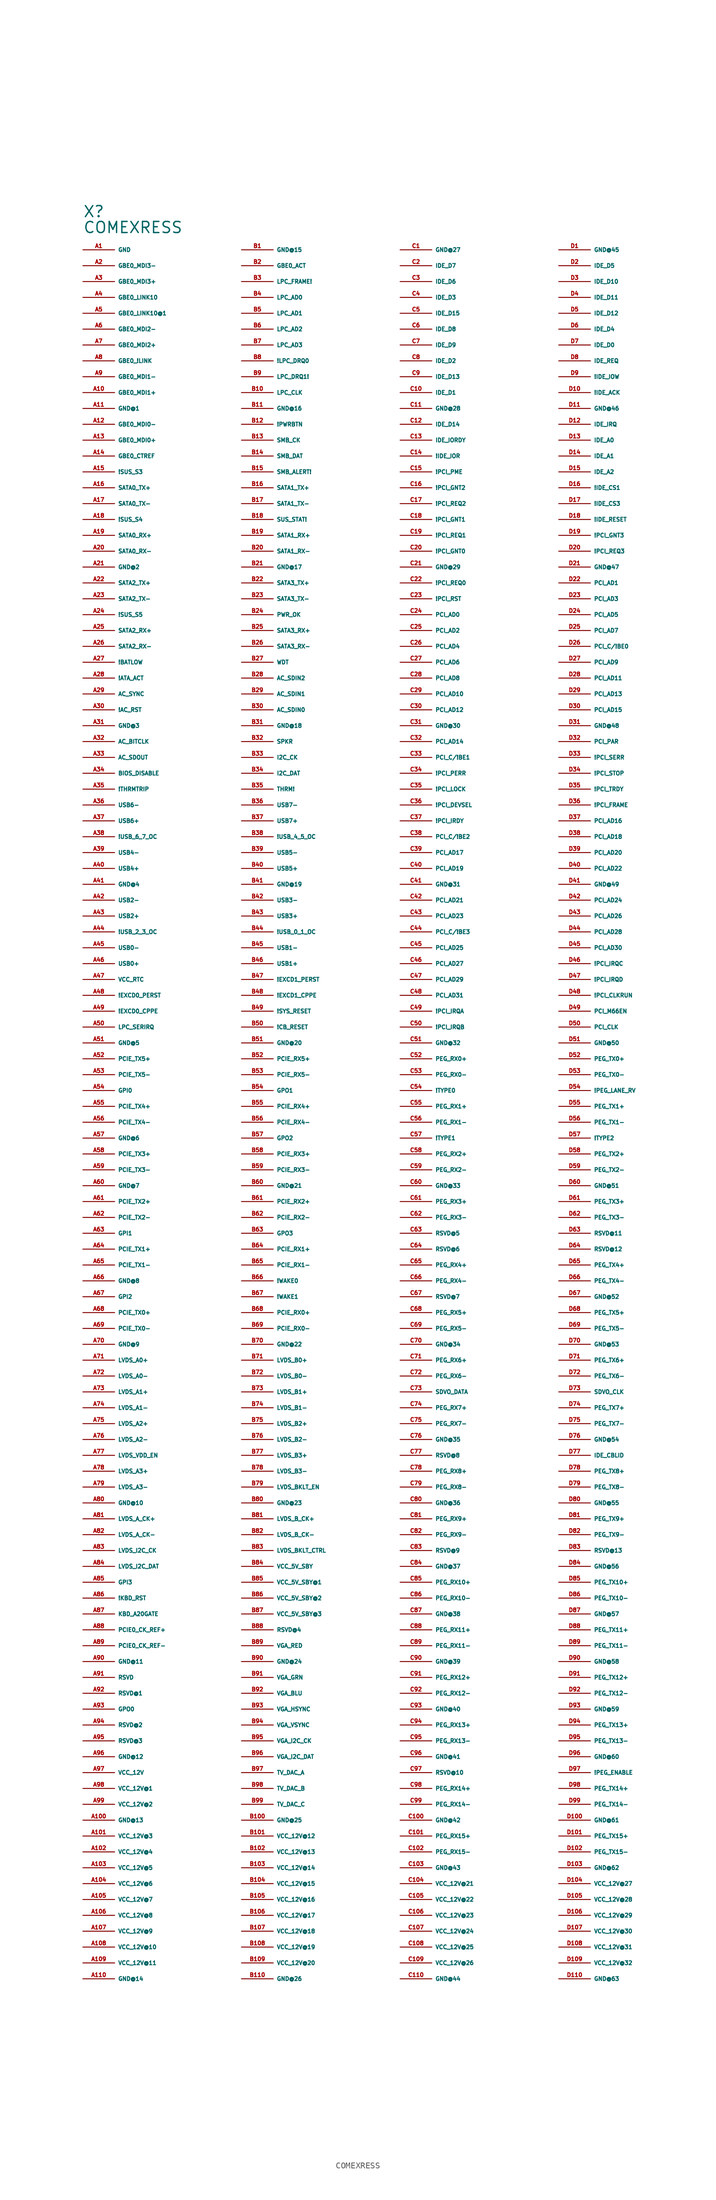
<source format=kicad_sym>
(kicad_symbol_lib
  (version 20220914)
  (generator Eagle2Kicad)
  (symbol "COMEXRESS"
    (property "Reference" "X"
      (at -55.88 144.78 0)
      (effects (font (size 1.778 1.778) (thickness 0.22)) (justify left bottom)))
    (property "Value" "COMEXRESS"
      (at -55.88 142.24 0)
      (effects (font (size 1.778 1.778) (thickness 0.22)) (justify left bottom)))
    (pin passive line
      (at -55.88 139.7 0)
      (length 5.08)
      (name "GND" (effects (font (size 0.635 0.635) (thickness 0.08)) (justify left bottom)))
      (number "A1" (effects (font (size 0.635 0.635) (thickness 0.08)) (justify left bottom))))
    (pin passive line
      (at -55.88 137.16 0)
      (length 5.08)
      (name "GBE0_MDI3-" (effects (font (size 0.635 0.635) (thickness 0.08)) (justify left bottom)))
      (number "A2" (effects (font (size 0.635 0.635) (thickness 0.08)) (justify left bottom))))
    (pin passive line
      (at -55.88 134.62 0)
      (length 5.08)
      (name "GBE0_MDI3+" (effects (font (size 0.635 0.635) (thickness 0.08)) (justify left bottom)))
      (number "A3" (effects (font (size 0.635 0.635) (thickness 0.08)) (justify left bottom))))
    (pin passive line
      (at -55.88 132.08 0)
      (length 5.08)
      (name "GBE0_LINK10" (effects (font (size 0.635 0.635) (thickness 0.08)) (justify left bottom)))
      (number "A4" (effects (font (size 0.635 0.635) (thickness 0.08)) (justify left bottom))))
    (pin passive line
      (at -55.88 129.54 0)
      (length 5.08)
      (name "GBE0_LINK10@1" (effects (font (size 0.635 0.635) (thickness 0.08)) (justify left bottom)))
      (number "A5" (effects (font (size 0.635 0.635) (thickness 0.08)) (justify left bottom))))
    (pin passive line
      (at -55.88 127 0)
      (length 5.08)
      (name "GBE0_MDI2-" (effects (font (size 0.635 0.635) (thickness 0.08)) (justify left bottom)))
      (number "A6" (effects (font (size 0.635 0.635) (thickness 0.08)) (justify left bottom))))
    (pin passive line
      (at -55.88 124.46 0)
      (length 5.08)
      (name "GBE0_MDI2+" (effects (font (size 0.635 0.635) (thickness 0.08)) (justify left bottom)))
      (number "A7" (effects (font (size 0.635 0.635) (thickness 0.08)) (justify left bottom))))
    (pin passive line
      (at -55.88 121.92 0)
      (length 5.08)
      (name "GBE0_!LINK" (effects (font (size 0.635 0.635) (thickness 0.08)) (justify left bottom)))
      (number "A8" (effects (font (size 0.635 0.635) (thickness 0.08)) (justify left bottom))))
    (pin passive line
      (at -55.88 119.38 0)
      (length 5.08)
      (name "GBE0_MDI1-" (effects (font (size 0.635 0.635) (thickness 0.08)) (justify left bottom)))
      (number "A9" (effects (font (size 0.635 0.635) (thickness 0.08)) (justify left bottom))))
    (pin passive line
      (at -55.88 116.84 0)
      (length 5.08)
      (name "GBE0_MDI1+" (effects (font (size 0.635 0.635) (thickness 0.08)) (justify left bottom)))
      (number "A10" (effects (font (size 0.635 0.635) (thickness 0.08)) (justify left bottom))))
    (pin passive line
      (at -55.88 114.3 0)
      (length 5.08)
      (name "GND@1" (effects (font (size 0.635 0.635) (thickness 0.08)) (justify left bottom)))
      (number "A11" (effects (font (size 0.635 0.635) (thickness 0.08)) (justify left bottom))))
    (pin passive line
      (at -55.88 111.76 0)
      (length 5.08)
      (name "GBE0_MDI0-" (effects (font (size 0.635 0.635) (thickness 0.08)) (justify left bottom)))
      (number "A12" (effects (font (size 0.635 0.635) (thickness 0.08)) (justify left bottom))))
    (pin passive line
      (at -55.88 109.22 0)
      (length 5.08)
      (name "GBE0_MDI0+" (effects (font (size 0.635 0.635) (thickness 0.08)) (justify left bottom)))
      (number "A13" (effects (font (size 0.635 0.635) (thickness 0.08)) (justify left bottom))))
    (pin passive line
      (at -55.88 106.68 0)
      (length 5.08)
      (name "GBE0_CTREF" (effects (font (size 0.635 0.635) (thickness 0.08)) (justify left bottom)))
      (number "A14" (effects (font (size 0.635 0.635) (thickness 0.08)) (justify left bottom))))
    (pin passive line
      (at -55.88 104.14 0)
      (length 5.08)
      (name "!SUS_S3" (effects (font (size 0.635 0.635) (thickness 0.08)) (justify left bottom)))
      (number "A15" (effects (font (size 0.635 0.635) (thickness 0.08)) (justify left bottom))))
    (pin passive line
      (at -55.88 101.6 0)
      (length 5.08)
      (name "SATA0_TX+" (effects (font (size 0.635 0.635) (thickness 0.08)) (justify left bottom)))
      (number "A16" (effects (font (size 0.635 0.635) (thickness 0.08)) (justify left bottom))))
    (pin passive line
      (at -55.88 99.06 0)
      (length 5.08)
      (name "SATA0_TX-" (effects (font (size 0.635 0.635) (thickness 0.08)) (justify left bottom)))
      (number "A17" (effects (font (size 0.635 0.635) (thickness 0.08)) (justify left bottom))))
    (pin passive line
      (at -55.88 96.52 0)
      (length 5.08)
      (name "!SUS_S4" (effects (font (size 0.635 0.635) (thickness 0.08)) (justify left bottom)))
      (number "A18" (effects (font (size 0.635 0.635) (thickness 0.08)) (justify left bottom))))
    (pin passive line
      (at -55.88 93.98 0)
      (length 5.08)
      (name "SATA0_RX+" (effects (font (size 0.635 0.635) (thickness 0.08)) (justify left bottom)))
      (number "A19" (effects (font (size 0.635 0.635) (thickness 0.08)) (justify left bottom))))
    (pin passive line
      (at -55.88 91.44 0)
      (length 5.08)
      (name "SATA0_RX-" (effects (font (size 0.635 0.635) (thickness 0.08)) (justify left bottom)))
      (number "A20" (effects (font (size 0.635 0.635) (thickness 0.08)) (justify left bottom))))
    (pin passive line
      (at -55.88 88.9 0)
      (length 5.08)
      (name "GND@2" (effects (font (size 0.635 0.635) (thickness 0.08)) (justify left bottom)))
      (number "A21" (effects (font (size 0.635 0.635) (thickness 0.08)) (justify left bottom))))
    (pin passive line
      (at -55.88 86.36 0)
      (length 5.08)
      (name "SATA2_TX+" (effects (font (size 0.635 0.635) (thickness 0.08)) (justify left bottom)))
      (number "A22" (effects (font (size 0.635 0.635) (thickness 0.08)) (justify left bottom))))
    (pin passive line
      (at -55.88 83.82 0)
      (length 5.08)
      (name "SATA2_TX-" (effects (font (size 0.635 0.635) (thickness 0.08)) (justify left bottom)))
      (number "A23" (effects (font (size 0.635 0.635) (thickness 0.08)) (justify left bottom))))
    (pin passive line
      (at -55.88 81.28 0)
      (length 5.08)
      (name "!SUS_S5" (effects (font (size 0.635 0.635) (thickness 0.08)) (justify left bottom)))
      (number "A24" (effects (font (size 0.635 0.635) (thickness 0.08)) (justify left bottom))))
    (pin passive line
      (at -55.88 78.74 0)
      (length 5.08)
      (name "SATA2_RX+" (effects (font (size 0.635 0.635) (thickness 0.08)) (justify left bottom)))
      (number "A25" (effects (font (size 0.635 0.635) (thickness 0.08)) (justify left bottom))))
    (pin passive line
      (at -55.88 76.2 0)
      (length 5.08)
      (name "SATA2_RX-" (effects (font (size 0.635 0.635) (thickness 0.08)) (justify left bottom)))
      (number "A26" (effects (font (size 0.635 0.635) (thickness 0.08)) (justify left bottom))))
    (pin passive line
      (at -55.88 73.66 0)
      (length 5.08)
      (name "!BATLOW" (effects (font (size 0.635 0.635) (thickness 0.08)) (justify left bottom)))
      (number "A27" (effects (font (size 0.635 0.635) (thickness 0.08)) (justify left bottom))))
    (pin passive line
      (at -55.88 71.12 0)
      (length 5.08)
      (name "!ATA_ACT" (effects (font (size 0.635 0.635) (thickness 0.08)) (justify left bottom)))
      (number "A28" (effects (font (size 0.635 0.635) (thickness 0.08)) (justify left bottom))))
    (pin passive line
      (at -55.88 68.58 0)
      (length 5.08)
      (name "AC_SYNC" (effects (font (size 0.635 0.635) (thickness 0.08)) (justify left bottom)))
      (number "A29" (effects (font (size 0.635 0.635) (thickness 0.08)) (justify left bottom))))
    (pin passive line
      (at -55.88 66.04 0)
      (length 5.08)
      (name "!AC_RST" (effects (font (size 0.635 0.635) (thickness 0.08)) (justify left bottom)))
      (number "A30" (effects (font (size 0.635 0.635) (thickness 0.08)) (justify left bottom))))
    (pin passive line
      (at -55.88 63.5 0)
      (length 5.08)
      (name "GND@3" (effects (font (size 0.635 0.635) (thickness 0.08)) (justify left bottom)))
      (number "A31" (effects (font (size 0.635 0.635) (thickness 0.08)) (justify left bottom))))
    (pin passive line
      (at -55.88 60.96 0)
      (length 5.08)
      (name "AC_BITCLK" (effects (font (size 0.635 0.635) (thickness 0.08)) (justify left bottom)))
      (number "A32" (effects (font (size 0.635 0.635) (thickness 0.08)) (justify left bottom))))
    (pin passive line
      (at -55.88 58.42 0)
      (length 5.08)
      (name "AC_SDOUT" (effects (font (size 0.635 0.635) (thickness 0.08)) (justify left bottom)))
      (number "A33" (effects (font (size 0.635 0.635) (thickness 0.08)) (justify left bottom))))
    (pin passive line
      (at -55.88 55.88 0)
      (length 5.08)
      (name "BIOS_DISABLE" (effects (font (size 0.635 0.635) (thickness 0.08)) (justify left bottom)))
      (number "A34" (effects (font (size 0.635 0.635) (thickness 0.08)) (justify left bottom))))
    (pin passive line
      (at -55.88 53.34 0)
      (length 5.08)
      (name "!THRMTRIP" (effects (font (size 0.635 0.635) (thickness 0.08)) (justify left bottom)))
      (number "A35" (effects (font (size 0.635 0.635) (thickness 0.08)) (justify left bottom))))
    (pin passive line
      (at -55.88 50.8 0)
      (length 5.08)
      (name "USB6-" (effects (font (size 0.635 0.635) (thickness 0.08)) (justify left bottom)))
      (number "A36" (effects (font (size 0.635 0.635) (thickness 0.08)) (justify left bottom))))
    (pin passive line
      (at -55.88 48.26 0)
      (length 5.08)
      (name "USB6+" (effects (font (size 0.635 0.635) (thickness 0.08)) (justify left bottom)))
      (number "A37" (effects (font (size 0.635 0.635) (thickness 0.08)) (justify left bottom))))
    (pin passive line
      (at -55.88 45.72 0)
      (length 5.08)
      (name "!USB_6_7_OC" (effects (font (size 0.635 0.635) (thickness 0.08)) (justify left bottom)))
      (number "A38" (effects (font (size 0.635 0.635) (thickness 0.08)) (justify left bottom))))
    (pin passive line
      (at -55.88 43.18 0)
      (length 5.08)
      (name "USB4-" (effects (font (size 0.635 0.635) (thickness 0.08)) (justify left bottom)))
      (number "A39" (effects (font (size 0.635 0.635) (thickness 0.08)) (justify left bottom))))
    (pin passive line
      (at -55.88 40.64 0)
      (length 5.08)
      (name "USB4+" (effects (font (size 0.635 0.635) (thickness 0.08)) (justify left bottom)))
      (number "A40" (effects (font (size 0.635 0.635) (thickness 0.08)) (justify left bottom))))
    (pin passive line
      (at -55.88 38.1 0)
      (length 5.08)
      (name "GND@4" (effects (font (size 0.635 0.635) (thickness 0.08)) (justify left bottom)))
      (number "A41" (effects (font (size 0.635 0.635) (thickness 0.08)) (justify left bottom))))
    (pin passive line
      (at -55.88 35.56 0)
      (length 5.08)
      (name "USB2-" (effects (font (size 0.635 0.635) (thickness 0.08)) (justify left bottom)))
      (number "A42" (effects (font (size 0.635 0.635) (thickness 0.08)) (justify left bottom))))
    (pin passive line
      (at -55.88 33.02 0)
      (length 5.08)
      (name "USB2+" (effects (font (size 0.635 0.635) (thickness 0.08)) (justify left bottom)))
      (number "A43" (effects (font (size 0.635 0.635) (thickness 0.08)) (justify left bottom))))
    (pin passive line
      (at -55.88 30.48 0)
      (length 5.08)
      (name "!USB_2_3_OC" (effects (font (size 0.635 0.635) (thickness 0.08)) (justify left bottom)))
      (number "A44" (effects (font (size 0.635 0.635) (thickness 0.08)) (justify left bottom))))
    (pin passive line
      (at -55.88 27.94 0)
      (length 5.08)
      (name "USB0-" (effects (font (size 0.635 0.635) (thickness 0.08)) (justify left bottom)))
      (number "A45" (effects (font (size 0.635 0.635) (thickness 0.08)) (justify left bottom))))
    (pin passive line
      (at -55.88 25.4 0)
      (length 5.08)
      (name "USB0+" (effects (font (size 0.635 0.635) (thickness 0.08)) (justify left bottom)))
      (number "A46" (effects (font (size 0.635 0.635) (thickness 0.08)) (justify left bottom))))
    (pin passive line
      (at -55.88 22.86 0)
      (length 5.08)
      (name "VCC_RTC" (effects (font (size 0.635 0.635) (thickness 0.08)) (justify left bottom)))
      (number "A47" (effects (font (size 0.635 0.635) (thickness 0.08)) (justify left bottom))))
    (pin passive line
      (at -55.88 20.32 0)
      (length 5.08)
      (name "!EXCD0_PERST" (effects (font (size 0.635 0.635) (thickness 0.08)) (justify left bottom)))
      (number "A48" (effects (font (size 0.635 0.635) (thickness 0.08)) (justify left bottom))))
    (pin passive line
      (at -55.88 17.78 0)
      (length 5.08)
      (name "!EXCD0_CPPE" (effects (font (size 0.635 0.635) (thickness 0.08)) (justify left bottom)))
      (number "A49" (effects (font (size 0.635 0.635) (thickness 0.08)) (justify left bottom))))
    (pin passive line
      (at -55.88 15.24 0)
      (length 5.08)
      (name "LPC_SERIRQ" (effects (font (size 0.635 0.635) (thickness 0.08)) (justify left bottom)))
      (number "A50" (effects (font (size 0.635 0.635) (thickness 0.08)) (justify left bottom))))
    (pin passive line
      (at -55.88 12.7 0)
      (length 5.08)
      (name "GND@5" (effects (font (size 0.635 0.635) (thickness 0.08)) (justify left bottom)))
      (number "A51" (effects (font (size 0.635 0.635) (thickness 0.08)) (justify left bottom))))
    (pin passive line
      (at -55.88 10.16 0)
      (length 5.08)
      (name "PCIE_TX5+" (effects (font (size 0.635 0.635) (thickness 0.08)) (justify left bottom)))
      (number "A52" (effects (font (size 0.635 0.635) (thickness 0.08)) (justify left bottom))))
    (pin passive line
      (at -55.88 7.62 0)
      (length 5.08)
      (name "PCIE_TX5-" (effects (font (size 0.635 0.635) (thickness 0.08)) (justify left bottom)))
      (number "A53" (effects (font (size 0.635 0.635) (thickness 0.08)) (justify left bottom))))
    (pin passive line
      (at -55.88 5.08 0)
      (length 5.08)
      (name "GPI0" (effects (font (size 0.635 0.635) (thickness 0.08)) (justify left bottom)))
      (number "A54" (effects (font (size 0.635 0.635) (thickness 0.08)) (justify left bottom))))
    (pin passive line
      (at -55.88 2.54 0)
      (length 5.08)
      (name "PCIE_TX4+" (effects (font (size 0.635 0.635) (thickness 0.08)) (justify left bottom)))
      (number "A55" (effects (font (size 0.635 0.635) (thickness 0.08)) (justify left bottom))))
    (pin passive line
      (at -55.88 0 0)
      (length 5.08)
      (name "PCIE_TX4-" (effects (font (size 0.635 0.635) (thickness 0.08)) (justify left bottom)))
      (number "A56" (effects (font (size 0.635 0.635) (thickness 0.08)) (justify left bottom))))
    (pin passive line
      (at -55.88 -2.54 0)
      (length 5.08)
      (name "GND@6" (effects (font (size 0.635 0.635) (thickness 0.08)) (justify left bottom)))
      (number "A57" (effects (font (size 0.635 0.635) (thickness 0.08)) (justify left bottom))))
    (pin passive line
      (at -55.88 -5.08 0)
      (length 5.08)
      (name "PCIE_TX3+" (effects (font (size 0.635 0.635) (thickness 0.08)) (justify left bottom)))
      (number "A58" (effects (font (size 0.635 0.635) (thickness 0.08)) (justify left bottom))))
    (pin passive line
      (at -55.88 -7.62 0)
      (length 5.08)
      (name "PCIE_TX3-" (effects (font (size 0.635 0.635) (thickness 0.08)) (justify left bottom)))
      (number "A59" (effects (font (size 0.635 0.635) (thickness 0.08)) (justify left bottom))))
    (pin passive line
      (at -55.88 -10.16 0)
      (length 5.08)
      (name "GND@7" (effects (font (size 0.635 0.635) (thickness 0.08)) (justify left bottom)))
      (number "A60" (effects (font (size 0.635 0.635) (thickness 0.08)) (justify left bottom))))
    (pin passive line
      (at -55.88 -12.7 0)
      (length 5.08)
      (name "PCIE_TX2+" (effects (font (size 0.635 0.635) (thickness 0.08)) (justify left bottom)))
      (number "A61" (effects (font (size 0.635 0.635) (thickness 0.08)) (justify left bottom))))
    (pin passive line
      (at -55.88 -15.24 0)
      (length 5.08)
      (name "PCIE_TX2-" (effects (font (size 0.635 0.635) (thickness 0.08)) (justify left bottom)))
      (number "A62" (effects (font (size 0.635 0.635) (thickness 0.08)) (justify left bottom))))
    (pin passive line
      (at -55.88 -17.78 0)
      (length 5.08)
      (name "GPI1" (effects (font (size 0.635 0.635) (thickness 0.08)) (justify left bottom)))
      (number "A63" (effects (font (size 0.635 0.635) (thickness 0.08)) (justify left bottom))))
    (pin passive line
      (at -55.88 -20.32 0)
      (length 5.08)
      (name "PCIE_TX1+" (effects (font (size 0.635 0.635) (thickness 0.08)) (justify left bottom)))
      (number "A64" (effects (font (size 0.635 0.635) (thickness 0.08)) (justify left bottom))))
    (pin passive line
      (at -55.88 -22.86 0)
      (length 5.08)
      (name "PCIE_TX1-" (effects (font (size 0.635 0.635) (thickness 0.08)) (justify left bottom)))
      (number "A65" (effects (font (size 0.635 0.635) (thickness 0.08)) (justify left bottom))))
    (pin passive line
      (at -55.88 -25.4 0)
      (length 5.08)
      (name "GND@8" (effects (font (size 0.635 0.635) (thickness 0.08)) (justify left bottom)))
      (number "A66" (effects (font (size 0.635 0.635) (thickness 0.08)) (justify left bottom))))
    (pin passive line
      (at -55.88 -27.94 0)
      (length 5.08)
      (name "GPI2" (effects (font (size 0.635 0.635) (thickness 0.08)) (justify left bottom)))
      (number "A67" (effects (font (size 0.635 0.635) (thickness 0.08)) (justify left bottom))))
    (pin passive line
      (at -55.88 -30.48 0)
      (length 5.08)
      (name "PCIE_TX0+" (effects (font (size 0.635 0.635) (thickness 0.08)) (justify left bottom)))
      (number "A68" (effects (font (size 0.635 0.635) (thickness 0.08)) (justify left bottom))))
    (pin passive line
      (at -55.88 -33.02 0)
      (length 5.08)
      (name "PCIE_TX0-" (effects (font (size 0.635 0.635) (thickness 0.08)) (justify left bottom)))
      (number "A69" (effects (font (size 0.635 0.635) (thickness 0.08)) (justify left bottom))))
    (pin passive line
      (at -55.88 -35.56 0)
      (length 5.08)
      (name "GND@9" (effects (font (size 0.635 0.635) (thickness 0.08)) (justify left bottom)))
      (number "A70" (effects (font (size 0.635 0.635) (thickness 0.08)) (justify left bottom))))
    (pin passive line
      (at -55.88 -38.1 0)
      (length 5.08)
      (name "LVDS_A0+" (effects (font (size 0.635 0.635) (thickness 0.08)) (justify left bottom)))
      (number "A71" (effects (font (size 0.635 0.635) (thickness 0.08)) (justify left bottom))))
    (pin passive line
      (at -55.88 -40.64 0)
      (length 5.08)
      (name "LVDS_A0-" (effects (font (size 0.635 0.635) (thickness 0.08)) (justify left bottom)))
      (number "A72" (effects (font (size 0.635 0.635) (thickness 0.08)) (justify left bottom))))
    (pin passive line
      (at -55.88 -43.18 0)
      (length 5.08)
      (name "LVDS_A1+" (effects (font (size 0.635 0.635) (thickness 0.08)) (justify left bottom)))
      (number "A73" (effects (font (size 0.635 0.635) (thickness 0.08)) (justify left bottom))))
    (pin passive line
      (at -55.88 -45.72 0)
      (length 5.08)
      (name "LVDS_A1-" (effects (font (size 0.635 0.635) (thickness 0.08)) (justify left bottom)))
      (number "A74" (effects (font (size 0.635 0.635) (thickness 0.08)) (justify left bottom))))
    (pin passive line
      (at -55.88 -48.26 0)
      (length 5.08)
      (name "LVDS_A2+" (effects (font (size 0.635 0.635) (thickness 0.08)) (justify left bottom)))
      (number "A75" (effects (font (size 0.635 0.635) (thickness 0.08)) (justify left bottom))))
    (pin passive line
      (at -55.88 -50.8 0)
      (length 5.08)
      (name "LVDS_A2-" (effects (font (size 0.635 0.635) (thickness 0.08)) (justify left bottom)))
      (number "A76" (effects (font (size 0.635 0.635) (thickness 0.08)) (justify left bottom))))
    (pin passive line
      (at -55.88 -53.34 0)
      (length 5.08)
      (name "LVDS_VDD_EN" (effects (font (size 0.635 0.635) (thickness 0.08)) (justify left bottom)))
      (number "A77" (effects (font (size 0.635 0.635) (thickness 0.08)) (justify left bottom))))
    (pin passive line
      (at -55.88 -55.88 0)
      (length 5.08)
      (name "LVDS_A3+" (effects (font (size 0.635 0.635) (thickness 0.08)) (justify left bottom)))
      (number "A78" (effects (font (size 0.635 0.635) (thickness 0.08)) (justify left bottom))))
    (pin passive line
      (at -55.88 -58.42 0)
      (length 5.08)
      (name "LVDS_A3-" (effects (font (size 0.635 0.635) (thickness 0.08)) (justify left bottom)))
      (number "A79" (effects (font (size 0.635 0.635) (thickness 0.08)) (justify left bottom))))
    (pin passive line
      (at -55.88 -60.96 0)
      (length 5.08)
      (name "GND@10" (effects (font (size 0.635 0.635) (thickness 0.08)) (justify left bottom)))
      (number "A80" (effects (font (size 0.635 0.635) (thickness 0.08)) (justify left bottom))))
    (pin passive line
      (at -55.88 -63.5 0)
      (length 5.08)
      (name "LVDS_A_CK+" (effects (font (size 0.635 0.635) (thickness 0.08)) (justify left bottom)))
      (number "A81" (effects (font (size 0.635 0.635) (thickness 0.08)) (justify left bottom))))
    (pin passive line
      (at -55.88 -66.04 0)
      (length 5.08)
      (name "LVDS_A_CK-" (effects (font (size 0.635 0.635) (thickness 0.08)) (justify left bottom)))
      (number "A82" (effects (font (size 0.635 0.635) (thickness 0.08)) (justify left bottom))))
    (pin passive line
      (at -55.88 -68.58 0)
      (length 5.08)
      (name "LVDS_I2C_CK" (effects (font (size 0.635 0.635) (thickness 0.08)) (justify left bottom)))
      (number "A83" (effects (font (size 0.635 0.635) (thickness 0.08)) (justify left bottom))))
    (pin passive line
      (at -55.88 -71.12 0)
      (length 5.08)
      (name "LVDS_I2C_DAT" (effects (font (size 0.635 0.635) (thickness 0.08)) (justify left bottom)))
      (number "A84" (effects (font (size 0.635 0.635) (thickness 0.08)) (justify left bottom))))
    (pin passive line
      (at -55.88 -73.66 0)
      (length 5.08)
      (name "GPI3" (effects (font (size 0.635 0.635) (thickness 0.08)) (justify left bottom)))
      (number "A85" (effects (font (size 0.635 0.635) (thickness 0.08)) (justify left bottom))))
    (pin passive line
      (at -55.88 -76.2 0)
      (length 5.08)
      (name "!KBD_RST" (effects (font (size 0.635 0.635) (thickness 0.08)) (justify left bottom)))
      (number "A86" (effects (font (size 0.635 0.635) (thickness 0.08)) (justify left bottom))))
    (pin passive line
      (at -55.88 -78.74 0)
      (length 5.08)
      (name "KBD_A20GATE" (effects (font (size 0.635 0.635) (thickness 0.08)) (justify left bottom)))
      (number "A87" (effects (font (size 0.635 0.635) (thickness 0.08)) (justify left bottom))))
    (pin passive line
      (at -55.88 -81.28 0)
      (length 5.08)
      (name "PCIE0_CK_REF+" (effects (font (size 0.635 0.635) (thickness 0.08)) (justify left bottom)))
      (number "A88" (effects (font (size 0.635 0.635) (thickness 0.08)) (justify left bottom))))
    (pin passive line
      (at -55.88 -83.82 0)
      (length 5.08)
      (name "PCIE0_CK_REF-" (effects (font (size 0.635 0.635) (thickness 0.08)) (justify left bottom)))
      (number "A89" (effects (font (size 0.635 0.635) (thickness 0.08)) (justify left bottom))))
    (pin passive line
      (at -55.88 -86.36 0)
      (length 5.08)
      (name "GND@11" (effects (font (size 0.635 0.635) (thickness 0.08)) (justify left bottom)))
      (number "A90" (effects (font (size 0.635 0.635) (thickness 0.08)) (justify left bottom))))
    (pin passive line
      (at -55.88 -88.9 0)
      (length 5.08)
      (name "RSVD" (effects (font (size 0.635 0.635) (thickness 0.08)) (justify left bottom)))
      (number "A91" (effects (font (size 0.635 0.635) (thickness 0.08)) (justify left bottom))))
    (pin passive line
      (at -55.88 -91.44 0)
      (length 5.08)
      (name "RSVD@1" (effects (font (size 0.635 0.635) (thickness 0.08)) (justify left bottom)))
      (number "A92" (effects (font (size 0.635 0.635) (thickness 0.08)) (justify left bottom))))
    (pin passive line
      (at -55.88 -93.98 0)
      (length 5.08)
      (name "GPO0" (effects (font (size 0.635 0.635) (thickness 0.08)) (justify left bottom)))
      (number "A93" (effects (font (size 0.635 0.635) (thickness 0.08)) (justify left bottom))))
    (pin passive line
      (at -55.88 -96.52 0)
      (length 5.08)
      (name "RSVD@2" (effects (font (size 0.635 0.635) (thickness 0.08)) (justify left bottom)))
      (number "A94" (effects (font (size 0.635 0.635) (thickness 0.08)) (justify left bottom))))
    (pin passive line
      (at -55.88 -99.06 0)
      (length 5.08)
      (name "RSVD@3" (effects (font (size 0.635 0.635) (thickness 0.08)) (justify left bottom)))
      (number "A95" (effects (font (size 0.635 0.635) (thickness 0.08)) (justify left bottom))))
    (pin passive line
      (at -55.88 -101.6 0)
      (length 5.08)
      (name "GND@12" (effects (font (size 0.635 0.635) (thickness 0.08)) (justify left bottom)))
      (number "A96" (effects (font (size 0.635 0.635) (thickness 0.08)) (justify left bottom))))
    (pin passive line
      (at -55.88 -104.14 0)
      (length 5.08)
      (name "VCC_12V" (effects (font (size 0.635 0.635) (thickness 0.08)) (justify left bottom)))
      (number "A97" (effects (font (size 0.635 0.635) (thickness 0.08)) (justify left bottom))))
    (pin passive line
      (at -55.88 -106.68 0)
      (length 5.08)
      (name "VCC_12V@1" (effects (font (size 0.635 0.635) (thickness 0.08)) (justify left bottom)))
      (number "A98" (effects (font (size 0.635 0.635) (thickness 0.08)) (justify left bottom))))
    (pin passive line
      (at -55.88 -109.22 0)
      (length 5.08)
      (name "VCC_12V@2" (effects (font (size 0.635 0.635) (thickness 0.08)) (justify left bottom)))
      (number "A99" (effects (font (size 0.635 0.635) (thickness 0.08)) (justify left bottom))))
    (pin passive line
      (at -55.88 -111.76 0)
      (length 5.08)
      (name "GND@13" (effects (font (size 0.635 0.635) (thickness 0.08)) (justify left bottom)))
      (number "A100" (effects (font (size 0.635 0.635) (thickness 0.08)) (justify left bottom))))
    (pin passive line
      (at -55.88 -114.3 0)
      (length 5.08)
      (name "VCC_12V@3" (effects (font (size 0.635 0.635) (thickness 0.08)) (justify left bottom)))
      (number "A101" (effects (font (size 0.635 0.635) (thickness 0.08)) (justify left bottom))))
    (pin passive line
      (at -55.88 -116.84 0)
      (length 5.08)
      (name "VCC_12V@4" (effects (font (size 0.635 0.635) (thickness 0.08)) (justify left bottom)))
      (number "A102" (effects (font (size 0.635 0.635) (thickness 0.08)) (justify left bottom))))
    (pin passive line
      (at -55.88 -119.38 0)
      (length 5.08)
      (name "VCC_12V@5" (effects (font (size 0.635 0.635) (thickness 0.08)) (justify left bottom)))
      (number "A103" (effects (font (size 0.635 0.635) (thickness 0.08)) (justify left bottom))))
    (pin passive line
      (at -55.88 -121.92 0)
      (length 5.08)
      (name "VCC_12V@6" (effects (font (size 0.635 0.635) (thickness 0.08)) (justify left bottom)))
      (number "A104" (effects (font (size 0.635 0.635) (thickness 0.08)) (justify left bottom))))
    (pin passive line
      (at -55.88 -124.46 0)
      (length 5.08)
      (name "VCC_12V@7" (effects (font (size 0.635 0.635) (thickness 0.08)) (justify left bottom)))
      (number "A105" (effects (font (size 0.635 0.635) (thickness 0.08)) (justify left bottom))))
    (pin passive line
      (at -55.88 -127 0)
      (length 5.08)
      (name "VCC_12V@8" (effects (font (size 0.635 0.635) (thickness 0.08)) (justify left bottom)))
      (number "A106" (effects (font (size 0.635 0.635) (thickness 0.08)) (justify left bottom))))
    (pin passive line
      (at -55.88 -129.54 0)
      (length 5.08)
      (name "VCC_12V@9" (effects (font (size 0.635 0.635) (thickness 0.08)) (justify left bottom)))
      (number "A107" (effects (font (size 0.635 0.635) (thickness 0.08)) (justify left bottom))))
    (pin passive line
      (at -55.88 -132.08 0)
      (length 5.08)
      (name "VCC_12V@10" (effects (font (size 0.635 0.635) (thickness 0.08)) (justify left bottom)))
      (number "A108" (effects (font (size 0.635 0.635) (thickness 0.08)) (justify left bottom))))
    (pin passive line
      (at -55.88 -134.62 0)
      (length 5.08)
      (name "VCC_12V@11" (effects (font (size 0.635 0.635) (thickness 0.08)) (justify left bottom)))
      (number "A109" (effects (font (size 0.635 0.635) (thickness 0.08)) (justify left bottom))))
    (pin passive line
      (at -55.88 -137.16 0)
      (length 5.08)
      (name "GND@14" (effects (font (size 0.635 0.635) (thickness 0.08)) (justify left bottom)))
      (number "A110" (effects (font (size 0.635 0.635) (thickness 0.08)) (justify left bottom))))
    (pin passive line
      (at -30.48 139.7 0)
      (length 5.08)
      (name "GND@15" (effects (font (size 0.635 0.635) (thickness 0.08)) (justify left bottom)))
      (number "B1" (effects (font (size 0.635 0.635) (thickness 0.08)) (justify left bottom))))
    (pin passive line
      (at -30.48 137.16 0)
      (length 5.08)
      (name "GBE0_ACT" (effects (font (size 0.635 0.635) (thickness 0.08)) (justify left bottom)))
      (number "B2" (effects (font (size 0.635 0.635) (thickness 0.08)) (justify left bottom))))
    (pin passive line
      (at -30.48 134.62 0)
      (length 5.08)
      (name "LPC_FRAME!" (effects (font (size 0.635 0.635) (thickness 0.08)) (justify left bottom)))
      (number "B3" (effects (font (size 0.635 0.635) (thickness 0.08)) (justify left bottom))))
    (pin passive line
      (at -30.48 132.08 0)
      (length 5.08)
      (name "LPC_AD0" (effects (font (size 0.635 0.635) (thickness 0.08)) (justify left bottom)))
      (number "B4" (effects (font (size 0.635 0.635) (thickness 0.08)) (justify left bottom))))
    (pin passive line
      (at -30.48 129.54 0)
      (length 5.08)
      (name "LPC_AD1" (effects (font (size 0.635 0.635) (thickness 0.08)) (justify left bottom)))
      (number "B5" (effects (font (size 0.635 0.635) (thickness 0.08)) (justify left bottom))))
    (pin passive line
      (at -30.48 127 0)
      (length 5.08)
      (name "LPC_AD2" (effects (font (size 0.635 0.635) (thickness 0.08)) (justify left bottom)))
      (number "B6" (effects (font (size 0.635 0.635) (thickness 0.08)) (justify left bottom))))
    (pin passive line
      (at -30.48 124.46 0)
      (length 5.08)
      (name "LPC_AD3" (effects (font (size 0.635 0.635) (thickness 0.08)) (justify left bottom)))
      (number "B7" (effects (font (size 0.635 0.635) (thickness 0.08)) (justify left bottom))))
    (pin passive line
      (at -30.48 121.92 0)
      (length 5.08)
      (name "!LPC_DRQ0" (effects (font (size 0.635 0.635) (thickness 0.08)) (justify left bottom)))
      (number "B8" (effects (font (size 0.635 0.635) (thickness 0.08)) (justify left bottom))))
    (pin passive line
      (at -30.48 119.38 0)
      (length 5.08)
      (name "LPC_DRQ1!" (effects (font (size 0.635 0.635) (thickness 0.08)) (justify left bottom)))
      (number "B9" (effects (font (size 0.635 0.635) (thickness 0.08)) (justify left bottom))))
    (pin passive line
      (at -30.48 116.84 0)
      (length 5.08)
      (name "LPC_CLK" (effects (font (size 0.635 0.635) (thickness 0.08)) (justify left bottom)))
      (number "B10" (effects (font (size 0.635 0.635) (thickness 0.08)) (justify left bottom))))
    (pin passive line
      (at -30.48 114.3 0)
      (length 5.08)
      (name "GND@16" (effects (font (size 0.635 0.635) (thickness 0.08)) (justify left bottom)))
      (number "B11" (effects (font (size 0.635 0.635) (thickness 0.08)) (justify left bottom))))
    (pin passive line
      (at -30.48 111.76 0)
      (length 5.08)
      (name "!PWRBTN" (effects (font (size 0.635 0.635) (thickness 0.08)) (justify left bottom)))
      (number "B12" (effects (font (size 0.635 0.635) (thickness 0.08)) (justify left bottom))))
    (pin passive line
      (at -30.48 109.22 0)
      (length 5.08)
      (name "SMB_CK" (effects (font (size 0.635 0.635) (thickness 0.08)) (justify left bottom)))
      (number "B13" (effects (font (size 0.635 0.635) (thickness 0.08)) (justify left bottom))))
    (pin passive line
      (at -30.48 106.68 0)
      (length 5.08)
      (name "SMB_DAT" (effects (font (size 0.635 0.635) (thickness 0.08)) (justify left bottom)))
      (number "B14" (effects (font (size 0.635 0.635) (thickness 0.08)) (justify left bottom))))
    (pin passive line
      (at -30.48 104.14 0)
      (length 5.08)
      (name "SMB_ALERT!" (effects (font (size 0.635 0.635) (thickness 0.08)) (justify left bottom)))
      (number "B15" (effects (font (size 0.635 0.635) (thickness 0.08)) (justify left bottom))))
    (pin passive line
      (at -30.48 101.6 0)
      (length 5.08)
      (name "SATA1_TX+" (effects (font (size 0.635 0.635) (thickness 0.08)) (justify left bottom)))
      (number "B16" (effects (font (size 0.635 0.635) (thickness 0.08)) (justify left bottom))))
    (pin passive line
      (at -30.48 99.06 0)
      (length 5.08)
      (name "SATA1_TX-" (effects (font (size 0.635 0.635) (thickness 0.08)) (justify left bottom)))
      (number "B17" (effects (font (size 0.635 0.635) (thickness 0.08)) (justify left bottom))))
    (pin passive line
      (at -30.48 96.52 0)
      (length 5.08)
      (name "SUS_STAT!" (effects (font (size 0.635 0.635) (thickness 0.08)) (justify left bottom)))
      (number "B18" (effects (font (size 0.635 0.635) (thickness 0.08)) (justify left bottom))))
    (pin passive line
      (at -30.48 93.98 0)
      (length 5.08)
      (name "SATA1_RX+" (effects (font (size 0.635 0.635) (thickness 0.08)) (justify left bottom)))
      (number "B19" (effects (font (size 0.635 0.635) (thickness 0.08)) (justify left bottom))))
    (pin passive line
      (at -30.48 91.44 0)
      (length 5.08)
      (name "SATA1_RX-" (effects (font (size 0.635 0.635) (thickness 0.08)) (justify left bottom)))
      (number "B20" (effects (font (size 0.635 0.635) (thickness 0.08)) (justify left bottom))))
    (pin passive line
      (at -30.48 88.9 0)
      (length 5.08)
      (name "GND@17" (effects (font (size 0.635 0.635) (thickness 0.08)) (justify left bottom)))
      (number "B21" (effects (font (size 0.635 0.635) (thickness 0.08)) (justify left bottom))))
    (pin passive line
      (at -30.48 86.36 0)
      (length 5.08)
      (name "SATA3_TX+" (effects (font (size 0.635 0.635) (thickness 0.08)) (justify left bottom)))
      (number "B22" (effects (font (size 0.635 0.635) (thickness 0.08)) (justify left bottom))))
    (pin passive line
      (at -30.48 83.82 0)
      (length 5.08)
      (name "SATA3_TX-" (effects (font (size 0.635 0.635) (thickness 0.08)) (justify left bottom)))
      (number "B23" (effects (font (size 0.635 0.635) (thickness 0.08)) (justify left bottom))))
    (pin passive line
      (at -30.48 81.28 0)
      (length 5.08)
      (name "PWR_OK" (effects (font (size 0.635 0.635) (thickness 0.08)) (justify left bottom)))
      (number "B24" (effects (font (size 0.635 0.635) (thickness 0.08)) (justify left bottom))))
    (pin passive line
      (at -30.48 78.74 0)
      (length 5.08)
      (name "SATA3_RX+" (effects (font (size 0.635 0.635) (thickness 0.08)) (justify left bottom)))
      (number "B25" (effects (font (size 0.635 0.635) (thickness 0.08)) (justify left bottom))))
    (pin passive line
      (at -30.48 76.2 0)
      (length 5.08)
      (name "SATA3_RX-" (effects (font (size 0.635 0.635) (thickness 0.08)) (justify left bottom)))
      (number "B26" (effects (font (size 0.635 0.635) (thickness 0.08)) (justify left bottom))))
    (pin passive line
      (at -30.48 73.66 0)
      (length 5.08)
      (name "WDT" (effects (font (size 0.635 0.635) (thickness 0.08)) (justify left bottom)))
      (number "B27" (effects (font (size 0.635 0.635) (thickness 0.08)) (justify left bottom))))
    (pin passive line
      (at -30.48 71.12 0)
      (length 5.08)
      (name "AC_SDIN2" (effects (font (size 0.635 0.635) (thickness 0.08)) (justify left bottom)))
      (number "B28" (effects (font (size 0.635 0.635) (thickness 0.08)) (justify left bottom))))
    (pin passive line
      (at -30.48 68.58 0)
      (length 5.08)
      (name "AC_SDIN1" (effects (font (size 0.635 0.635) (thickness 0.08)) (justify left bottom)))
      (number "B29" (effects (font (size 0.635 0.635) (thickness 0.08)) (justify left bottom))))
    (pin passive line
      (at -30.48 66.04 0)
      (length 5.08)
      (name "AC_SDIN0" (effects (font (size 0.635 0.635) (thickness 0.08)) (justify left bottom)))
      (number "B30" (effects (font (size 0.635 0.635) (thickness 0.08)) (justify left bottom))))
    (pin passive line
      (at -30.48 63.5 0)
      (length 5.08)
      (name "GND@18" (effects (font (size 0.635 0.635) (thickness 0.08)) (justify left bottom)))
      (number "B31" (effects (font (size 0.635 0.635) (thickness 0.08)) (justify left bottom))))
    (pin passive line
      (at -30.48 60.96 0)
      (length 5.08)
      (name "SPKR" (effects (font (size 0.635 0.635) (thickness 0.08)) (justify left bottom)))
      (number "B32" (effects (font (size 0.635 0.635) (thickness 0.08)) (justify left bottom))))
    (pin passive line
      (at -30.48 58.42 0)
      (length 5.08)
      (name "I2C_CK" (effects (font (size 0.635 0.635) (thickness 0.08)) (justify left bottom)))
      (number "B33" (effects (font (size 0.635 0.635) (thickness 0.08)) (justify left bottom))))
    (pin passive line
      (at -30.48 55.88 0)
      (length 5.08)
      (name "I2C_DAT" (effects (font (size 0.635 0.635) (thickness 0.08)) (justify left bottom)))
      (number "B34" (effects (font (size 0.635 0.635) (thickness 0.08)) (justify left bottom))))
    (pin passive line
      (at -30.48 53.34 0)
      (length 5.08)
      (name "THRM!" (effects (font (size 0.635 0.635) (thickness 0.08)) (justify left bottom)))
      (number "B35" (effects (font (size 0.635 0.635) (thickness 0.08)) (justify left bottom))))
    (pin passive line
      (at -30.48 50.8 0)
      (length 5.08)
      (name "USB7-" (effects (font (size 0.635 0.635) (thickness 0.08)) (justify left bottom)))
      (number "B36" (effects (font (size 0.635 0.635) (thickness 0.08)) (justify left bottom))))
    (pin passive line
      (at -30.48 48.26 0)
      (length 5.08)
      (name "USB7+" (effects (font (size 0.635 0.635) (thickness 0.08)) (justify left bottom)))
      (number "B37" (effects (font (size 0.635 0.635) (thickness 0.08)) (justify left bottom))))
    (pin passive line
      (at -30.48 45.72 0)
      (length 5.08)
      (name "!USB_4_5_OC" (effects (font (size 0.635 0.635) (thickness 0.08)) (justify left bottom)))
      (number "B38" (effects (font (size 0.635 0.635) (thickness 0.08)) (justify left bottom))))
    (pin passive line
      (at -30.48 43.18 0)
      (length 5.08)
      (name "USB5-" (effects (font (size 0.635 0.635) (thickness 0.08)) (justify left bottom)))
      (number "B39" (effects (font (size 0.635 0.635) (thickness 0.08)) (justify left bottom))))
    (pin passive line
      (at -30.48 40.64 0)
      (length 5.08)
      (name "USB5+" (effects (font (size 0.635 0.635) (thickness 0.08)) (justify left bottom)))
      (number "B40" (effects (font (size 0.635 0.635) (thickness 0.08)) (justify left bottom))))
    (pin passive line
      (at -30.48 38.1 0)
      (length 5.08)
      (name "GND@19" (effects (font (size 0.635 0.635) (thickness 0.08)) (justify left bottom)))
      (number "B41" (effects (font (size 0.635 0.635) (thickness 0.08)) (justify left bottom))))
    (pin passive line
      (at -30.48 35.56 0)
      (length 5.08)
      (name "USB3-" (effects (font (size 0.635 0.635) (thickness 0.08)) (justify left bottom)))
      (number "B42" (effects (font (size 0.635 0.635) (thickness 0.08)) (justify left bottom))))
    (pin passive line
      (at -30.48 33.02 0)
      (length 5.08)
      (name "USB3+" (effects (font (size 0.635 0.635) (thickness 0.08)) (justify left bottom)))
      (number "B43" (effects (font (size 0.635 0.635) (thickness 0.08)) (justify left bottom))))
    (pin passive line
      (at -30.48 30.48 0)
      (length 5.08)
      (name "!USB_0_1_OC" (effects (font (size 0.635 0.635) (thickness 0.08)) (justify left bottom)))
      (number "B44" (effects (font (size 0.635 0.635) (thickness 0.08)) (justify left bottom))))
    (pin passive line
      (at -30.48 27.94 0)
      (length 5.08)
      (name "USB1-" (effects (font (size 0.635 0.635) (thickness 0.08)) (justify left bottom)))
      (number "B45" (effects (font (size 0.635 0.635) (thickness 0.08)) (justify left bottom))))
    (pin passive line
      (at -30.48 25.4 0)
      (length 5.08)
      (name "USB1+" (effects (font (size 0.635 0.635) (thickness 0.08)) (justify left bottom)))
      (number "B46" (effects (font (size 0.635 0.635) (thickness 0.08)) (justify left bottom))))
    (pin passive line
      (at -30.48 22.86 0)
      (length 5.08)
      (name "!EXCD1_PERST" (effects (font (size 0.635 0.635) (thickness 0.08)) (justify left bottom)))
      (number "B47" (effects (font (size 0.635 0.635) (thickness 0.08)) (justify left bottom))))
    (pin passive line
      (at -30.48 20.32 0)
      (length 5.08)
      (name "!EXCD1_CPPE" (effects (font (size 0.635 0.635) (thickness 0.08)) (justify left bottom)))
      (number "B48" (effects (font (size 0.635 0.635) (thickness 0.08)) (justify left bottom))))
    (pin passive line
      (at -30.48 17.78 0)
      (length 5.08)
      (name "!SYS_RESET" (effects (font (size 0.635 0.635) (thickness 0.08)) (justify left bottom)))
      (number "B49" (effects (font (size 0.635 0.635) (thickness 0.08)) (justify left bottom))))
    (pin passive line
      (at -30.48 15.24 0)
      (length 5.08)
      (name "!CB_RESET" (effects (font (size 0.635 0.635) (thickness 0.08)) (justify left bottom)))
      (number "B50" (effects (font (size 0.635 0.635) (thickness 0.08)) (justify left bottom))))
    (pin passive line
      (at -30.48 12.7 0)
      (length 5.08)
      (name "GND@20" (effects (font (size 0.635 0.635) (thickness 0.08)) (justify left bottom)))
      (number "B51" (effects (font (size 0.635 0.635) (thickness 0.08)) (justify left bottom))))
    (pin passive line
      (at -30.48 10.16 0)
      (length 5.08)
      (name "PCIE_RX5+" (effects (font (size 0.635 0.635) (thickness 0.08)) (justify left bottom)))
      (number "B52" (effects (font (size 0.635 0.635) (thickness 0.08)) (justify left bottom))))
    (pin passive line
      (at -30.48 7.62 0)
      (length 5.08)
      (name "PCIE_RX5-" (effects (font (size 0.635 0.635) (thickness 0.08)) (justify left bottom)))
      (number "B53" (effects (font (size 0.635 0.635) (thickness 0.08)) (justify left bottom))))
    (pin passive line
      (at -30.48 5.08 0)
      (length 5.08)
      (name "GPO1" (effects (font (size 0.635 0.635) (thickness 0.08)) (justify left bottom)))
      (number "B54" (effects (font (size 0.635 0.635) (thickness 0.08)) (justify left bottom))))
    (pin passive line
      (at -30.48 2.54 0)
      (length 5.08)
      (name "PCIE_RX4+" (effects (font (size 0.635 0.635) (thickness 0.08)) (justify left bottom)))
      (number "B55" (effects (font (size 0.635 0.635) (thickness 0.08)) (justify left bottom))))
    (pin passive line
      (at -30.48 0 0)
      (length 5.08)
      (name "PCIE_RX4-" (effects (font (size 0.635 0.635) (thickness 0.08)) (justify left bottom)))
      (number "B56" (effects (font (size 0.635 0.635) (thickness 0.08)) (justify left bottom))))
    (pin passive line
      (at -30.48 -2.54 0)
      (length 5.08)
      (name "GPO2" (effects (font (size 0.635 0.635) (thickness 0.08)) (justify left bottom)))
      (number "B57" (effects (font (size 0.635 0.635) (thickness 0.08)) (justify left bottom))))
    (pin passive line
      (at -30.48 -5.08 0)
      (length 5.08)
      (name "PCIE_RX3+" (effects (font (size 0.635 0.635) (thickness 0.08)) (justify left bottom)))
      (number "B58" (effects (font (size 0.635 0.635) (thickness 0.08)) (justify left bottom))))
    (pin passive line
      (at -30.48 -7.62 0)
      (length 5.08)
      (name "PCIE_RX3-" (effects (font (size 0.635 0.635) (thickness 0.08)) (justify left bottom)))
      (number "B59" (effects (font (size 0.635 0.635) (thickness 0.08)) (justify left bottom))))
    (pin passive line
      (at -30.48 -10.16 0)
      (length 5.08)
      (name "GND@21" (effects (font (size 0.635 0.635) (thickness 0.08)) (justify left bottom)))
      (number "B60" (effects (font (size 0.635 0.635) (thickness 0.08)) (justify left bottom))))
    (pin passive line
      (at -30.48 -12.7 0)
      (length 5.08)
      (name "PCIE_RX2+" (effects (font (size 0.635 0.635) (thickness 0.08)) (justify left bottom)))
      (number "B61" (effects (font (size 0.635 0.635) (thickness 0.08)) (justify left bottom))))
    (pin passive line
      (at -30.48 -15.24 0)
      (length 5.08)
      (name "PCIE_RX2-" (effects (font (size 0.635 0.635) (thickness 0.08)) (justify left bottom)))
      (number "B62" (effects (font (size 0.635 0.635) (thickness 0.08)) (justify left bottom))))
    (pin passive line
      (at -30.48 -17.78 0)
      (length 5.08)
      (name "GPO3" (effects (font (size 0.635 0.635) (thickness 0.08)) (justify left bottom)))
      (number "B63" (effects (font (size 0.635 0.635) (thickness 0.08)) (justify left bottom))))
    (pin passive line
      (at -30.48 -20.32 0)
      (length 5.08)
      (name "PCIE_RX1+" (effects (font (size 0.635 0.635) (thickness 0.08)) (justify left bottom)))
      (number "B64" (effects (font (size 0.635 0.635) (thickness 0.08)) (justify left bottom))))
    (pin passive line
      (at -30.48 -22.86 0)
      (length 5.08)
      (name "PCIE_RX1-" (effects (font (size 0.635 0.635) (thickness 0.08)) (justify left bottom)))
      (number "B65" (effects (font (size 0.635 0.635) (thickness 0.08)) (justify left bottom))))
    (pin passive line
      (at -30.48 -25.4 0)
      (length 5.08)
      (name "!WAKE0" (effects (font (size 0.635 0.635) (thickness 0.08)) (justify left bottom)))
      (number "B66" (effects (font (size 0.635 0.635) (thickness 0.08)) (justify left bottom))))
    (pin passive line
      (at -30.48 -27.94 0)
      (length 5.08)
      (name "!WAKE1" (effects (font (size 0.635 0.635) (thickness 0.08)) (justify left bottom)))
      (number "B67" (effects (font (size 0.635 0.635) (thickness 0.08)) (justify left bottom))))
    (pin passive line
      (at -30.48 -30.48 0)
      (length 5.08)
      (name "PCIE_RX0+" (effects (font (size 0.635 0.635) (thickness 0.08)) (justify left bottom)))
      (number "B68" (effects (font (size 0.635 0.635) (thickness 0.08)) (justify left bottom))))
    (pin passive line
      (at -30.48 -33.02 0)
      (length 5.08)
      (name "PCIE_RX0-" (effects (font (size 0.635 0.635) (thickness 0.08)) (justify left bottom)))
      (number "B69" (effects (font (size 0.635 0.635) (thickness 0.08)) (justify left bottom))))
    (pin passive line
      (at -30.48 -35.56 0)
      (length 5.08)
      (name "GND@22" (effects (font (size 0.635 0.635) (thickness 0.08)) (justify left bottom)))
      (number "B70" (effects (font (size 0.635 0.635) (thickness 0.08)) (justify left bottom))))
    (pin passive line
      (at -30.48 -38.1 0)
      (length 5.08)
      (name "LVDS_B0+" (effects (font (size 0.635 0.635) (thickness 0.08)) (justify left bottom)))
      (number "B71" (effects (font (size 0.635 0.635) (thickness 0.08)) (justify left bottom))))
    (pin passive line
      (at -30.48 -40.64 0)
      (length 5.08)
      (name "LVDS_B0-" (effects (font (size 0.635 0.635) (thickness 0.08)) (justify left bottom)))
      (number "B72" (effects (font (size 0.635 0.635) (thickness 0.08)) (justify left bottom))))
    (pin passive line
      (at -30.48 -43.18 0)
      (length 5.08)
      (name "LVDS_B1+" (effects (font (size 0.635 0.635) (thickness 0.08)) (justify left bottom)))
      (number "B73" (effects (font (size 0.635 0.635) (thickness 0.08)) (justify left bottom))))
    (pin passive line
      (at -30.48 -45.72 0)
      (length 5.08)
      (name "LVDS_B1-" (effects (font (size 0.635 0.635) (thickness 0.08)) (justify left bottom)))
      (number "B74" (effects (font (size 0.635 0.635) (thickness 0.08)) (justify left bottom))))
    (pin passive line
      (at -30.48 -48.26 0)
      (length 5.08)
      (name "LVDS_B2+" (effects (font (size 0.635 0.635) (thickness 0.08)) (justify left bottom)))
      (number "B75" (effects (font (size 0.635 0.635) (thickness 0.08)) (justify left bottom))))
    (pin passive line
      (at -30.48 -50.8 0)
      (length 5.08)
      (name "LVDS_B2-" (effects (font (size 0.635 0.635) (thickness 0.08)) (justify left bottom)))
      (number "B76" (effects (font (size 0.635 0.635) (thickness 0.08)) (justify left bottom))))
    (pin passive line
      (at -30.48 -53.34 0)
      (length 5.08)
      (name "LVDS_B3+" (effects (font (size 0.635 0.635) (thickness 0.08)) (justify left bottom)))
      (number "B77" (effects (font (size 0.635 0.635) (thickness 0.08)) (justify left bottom))))
    (pin passive line
      (at -30.48 -55.88 0)
      (length 5.08)
      (name "LVDS_B3-" (effects (font (size 0.635 0.635) (thickness 0.08)) (justify left bottom)))
      (number "B78" (effects (font (size 0.635 0.635) (thickness 0.08)) (justify left bottom))))
    (pin passive line
      (at -30.48 -58.42 0)
      (length 5.08)
      (name "LVDS_BKLT_EN" (effects (font (size 0.635 0.635) (thickness 0.08)) (justify left bottom)))
      (number "B79" (effects (font (size 0.635 0.635) (thickness 0.08)) (justify left bottom))))
    (pin passive line
      (at -30.48 -60.96 0)
      (length 5.08)
      (name "GND@23" (effects (font (size 0.635 0.635) (thickness 0.08)) (justify left bottom)))
      (number "B80" (effects (font (size 0.635 0.635) (thickness 0.08)) (justify left bottom))))
    (pin passive line
      (at -30.48 -63.5 0)
      (length 5.08)
      (name "LVDS_B_CK+" (effects (font (size 0.635 0.635) (thickness 0.08)) (justify left bottom)))
      (number "B81" (effects (font (size 0.635 0.635) (thickness 0.08)) (justify left bottom))))
    (pin passive line
      (at -30.48 -66.04 0)
      (length 5.08)
      (name "LVDS_B_CK-" (effects (font (size 0.635 0.635) (thickness 0.08)) (justify left bottom)))
      (number "B82" (effects (font (size 0.635 0.635) (thickness 0.08)) (justify left bottom))))
    (pin passive line
      (at -30.48 -68.58 0)
      (length 5.08)
      (name "LVDS_BKLT_CTRL" (effects (font (size 0.635 0.635) (thickness 0.08)) (justify left bottom)))
      (number "B83" (effects (font (size 0.635 0.635) (thickness 0.08)) (justify left bottom))))
    (pin passive line
      (at -30.48 -71.12 0)
      (length 5.08)
      (name "VCC_5V_SBY" (effects (font (size 0.635 0.635) (thickness 0.08)) (justify left bottom)))
      (number "B84" (effects (font (size 0.635 0.635) (thickness 0.08)) (justify left bottom))))
    (pin passive line
      (at -30.48 -73.66 0)
      (length 5.08)
      (name "VCC_5V_SBY@1" (effects (font (size 0.635 0.635) (thickness 0.08)) (justify left bottom)))
      (number "B85" (effects (font (size 0.635 0.635) (thickness 0.08)) (justify left bottom))))
    (pin passive line
      (at -30.48 -76.2 0)
      (length 5.08)
      (name "VCC_5V_SBY@2" (effects (font (size 0.635 0.635) (thickness 0.08)) (justify left bottom)))
      (number "B86" (effects (font (size 0.635 0.635) (thickness 0.08)) (justify left bottom))))
    (pin passive line
      (at -30.48 -78.74 0)
      (length 5.08)
      (name "VCC_5V_SBY@3" (effects (font (size 0.635 0.635) (thickness 0.08)) (justify left bottom)))
      (number "B87" (effects (font (size 0.635 0.635) (thickness 0.08)) (justify left bottom))))
    (pin passive line
      (at -30.48 -81.28 0)
      (length 5.08)
      (name "RSVD@4" (effects (font (size 0.635 0.635) (thickness 0.08)) (justify left bottom)))
      (number "B88" (effects (font (size 0.635 0.635) (thickness 0.08)) (justify left bottom))))
    (pin passive line
      (at -30.48 -83.82 0)
      (length 5.08)
      (name "VGA_RED" (effects (font (size 0.635 0.635) (thickness 0.08)) (justify left bottom)))
      (number "B89" (effects (font (size 0.635 0.635) (thickness 0.08)) (justify left bottom))))
    (pin passive line
      (at -30.48 -86.36 0)
      (length 5.08)
      (name "GND@24" (effects (font (size 0.635 0.635) (thickness 0.08)) (justify left bottom)))
      (number "B90" (effects (font (size 0.635 0.635) (thickness 0.08)) (justify left bottom))))
    (pin passive line
      (at -30.48 -88.9 0)
      (length 5.08)
      (name "VGA_GRN" (effects (font (size 0.635 0.635) (thickness 0.08)) (justify left bottom)))
      (number "B91" (effects (font (size 0.635 0.635) (thickness 0.08)) (justify left bottom))))
    (pin passive line
      (at -30.48 -91.44 0)
      (length 5.08)
      (name "VGA_BLU" (effects (font (size 0.635 0.635) (thickness 0.08)) (justify left bottom)))
      (number "B92" (effects (font (size 0.635 0.635) (thickness 0.08)) (justify left bottom))))
    (pin passive line
      (at -30.48 -93.98 0)
      (length 5.08)
      (name "VGA_HSYNC" (effects (font (size 0.635 0.635) (thickness 0.08)) (justify left bottom)))
      (number "B93" (effects (font (size 0.635 0.635) (thickness 0.08)) (justify left bottom))))
    (pin passive line
      (at -30.48 -96.52 0)
      (length 5.08)
      (name "VGA_VSYNC" (effects (font (size 0.635 0.635) (thickness 0.08)) (justify left bottom)))
      (number "B94" (effects (font (size 0.635 0.635) (thickness 0.08)) (justify left bottom))))
    (pin passive line
      (at -30.48 -99.06 0)
      (length 5.08)
      (name "VGA_I2C_CK" (effects (font (size 0.635 0.635) (thickness 0.08)) (justify left bottom)))
      (number "B95" (effects (font (size 0.635 0.635) (thickness 0.08)) (justify left bottom))))
    (pin passive line
      (at -30.48 -101.6 0)
      (length 5.08)
      (name "VGA_I2C_DAT" (effects (font (size 0.635 0.635) (thickness 0.08)) (justify left bottom)))
      (number "B96" (effects (font (size 0.635 0.635) (thickness 0.08)) (justify left bottom))))
    (pin passive line
      (at -30.48 -104.14 0)
      (length 5.08)
      (name "TV_DAC_A" (effects (font (size 0.635 0.635) (thickness 0.08)) (justify left bottom)))
      (number "B97" (effects (font (size 0.635 0.635) (thickness 0.08)) (justify left bottom))))
    (pin passive line
      (at -30.48 -106.68 0)
      (length 5.08)
      (name "TV_DAC_B" (effects (font (size 0.635 0.635) (thickness 0.08)) (justify left bottom)))
      (number "B98" (effects (font (size 0.635 0.635) (thickness 0.08)) (justify left bottom))))
    (pin passive line
      (at -30.48 -109.22 0)
      (length 5.08)
      (name "TV_DAC_C" (effects (font (size 0.635 0.635) (thickness 0.08)) (justify left bottom)))
      (number "B99" (effects (font (size 0.635 0.635) (thickness 0.08)) (justify left bottom))))
    (pin passive line
      (at -30.48 -111.76 0)
      (length 5.08)
      (name "GND@25" (effects (font (size 0.635 0.635) (thickness 0.08)) (justify left bottom)))
      (number "B100" (effects (font (size 0.635 0.635) (thickness 0.08)) (justify left bottom))))
    (pin passive line
      (at -30.48 -114.3 0)
      (length 5.08)
      (name "VCC_12V@12" (effects (font (size 0.635 0.635) (thickness 0.08)) (justify left bottom)))
      (number "B101" (effects (font (size 0.635 0.635) (thickness 0.08)) (justify left bottom))))
    (pin passive line
      (at -30.48 -116.84 0)
      (length 5.08)
      (name "VCC_12V@13" (effects (font (size 0.635 0.635) (thickness 0.08)) (justify left bottom)))
      (number "B102" (effects (font (size 0.635 0.635) (thickness 0.08)) (justify left bottom))))
    (pin passive line
      (at -30.48 -119.38 0)
      (length 5.08)
      (name "VCC_12V@14" (effects (font (size 0.635 0.635) (thickness 0.08)) (justify left bottom)))
      (number "B103" (effects (font (size 0.635 0.635) (thickness 0.08)) (justify left bottom))))
    (pin passive line
      (at -30.48 -121.92 0)
      (length 5.08)
      (name "VCC_12V@15" (effects (font (size 0.635 0.635) (thickness 0.08)) (justify left bottom)))
      (number "B104" (effects (font (size 0.635 0.635) (thickness 0.08)) (justify left bottom))))
    (pin passive line
      (at -30.48 -124.46 0)
      (length 5.08)
      (name "VCC_12V@16" (effects (font (size 0.635 0.635) (thickness 0.08)) (justify left bottom)))
      (number "B105" (effects (font (size 0.635 0.635) (thickness 0.08)) (justify left bottom))))
    (pin passive line
      (at -30.48 -127 0)
      (length 5.08)
      (name "VCC_12V@17" (effects (font (size 0.635 0.635) (thickness 0.08)) (justify left bottom)))
      (number "B106" (effects (font (size 0.635 0.635) (thickness 0.08)) (justify left bottom))))
    (pin passive line
      (at -30.48 -129.54 0)
      (length 5.08)
      (name "VCC_12V@18" (effects (font (size 0.635 0.635) (thickness 0.08)) (justify left bottom)))
      (number "B107" (effects (font (size 0.635 0.635) (thickness 0.08)) (justify left bottom))))
    (pin passive line
      (at -30.48 -132.08 0)
      (length 5.08)
      (name "VCC_12V@19" (effects (font (size 0.635 0.635) (thickness 0.08)) (justify left bottom)))
      (number "B108" (effects (font (size 0.635 0.635) (thickness 0.08)) (justify left bottom))))
    (pin passive line
      (at -30.48 -134.62 0)
      (length 5.08)
      (name "VCC_12V@20" (effects (font (size 0.635 0.635) (thickness 0.08)) (justify left bottom)))
      (number "B109" (effects (font (size 0.635 0.635) (thickness 0.08)) (justify left bottom))))
    (pin passive line
      (at -30.48 -137.16 0)
      (length 5.08)
      (name "GND@26" (effects (font (size 0.635 0.635) (thickness 0.08)) (justify left bottom)))
      (number "B110" (effects (font (size 0.635 0.635) (thickness 0.08)) (justify left bottom))))
    (pin passive line
      (at -5.08 139.7 0)
      (length 5.08)
      (name "GND@27" (effects (font (size 0.635 0.635) (thickness 0.08)) (justify left bottom)))
      (number "C1" (effects (font (size 0.635 0.635) (thickness 0.08)) (justify left bottom))))
    (pin passive line
      (at -5.08 137.16 0)
      (length 5.08)
      (name "IDE_D7" (effects (font (size 0.635 0.635) (thickness 0.08)) (justify left bottom)))
      (number "C2" (effects (font (size 0.635 0.635) (thickness 0.08)) (justify left bottom))))
    (pin passive line
      (at -5.08 134.62 0)
      (length 5.08)
      (name "IDE_D6" (effects (font (size 0.635 0.635) (thickness 0.08)) (justify left bottom)))
      (number "C3" (effects (font (size 0.635 0.635) (thickness 0.08)) (justify left bottom))))
    (pin passive line
      (at -5.08 132.08 0)
      (length 5.08)
      (name "IDE_D3" (effects (font (size 0.635 0.635) (thickness 0.08)) (justify left bottom)))
      (number "C4" (effects (font (size 0.635 0.635) (thickness 0.08)) (justify left bottom))))
    (pin passive line
      (at -5.08 129.54 0)
      (length 5.08)
      (name "IDE_D15" (effects (font (size 0.635 0.635) (thickness 0.08)) (justify left bottom)))
      (number "C5" (effects (font (size 0.635 0.635) (thickness 0.08)) (justify left bottom))))
    (pin passive line
      (at -5.08 127 0)
      (length 5.08)
      (name "IDE_D8" (effects (font (size 0.635 0.635) (thickness 0.08)) (justify left bottom)))
      (number "C6" (effects (font (size 0.635 0.635) (thickness 0.08)) (justify left bottom))))
    (pin passive line
      (at -5.08 124.46 0)
      (length 5.08)
      (name "IDE_D9" (effects (font (size 0.635 0.635) (thickness 0.08)) (justify left bottom)))
      (number "C7" (effects (font (size 0.635 0.635) (thickness 0.08)) (justify left bottom))))
    (pin passive line
      (at -5.08 121.92 0)
      (length 5.08)
      (name "IDE_D2" (effects (font (size 0.635 0.635) (thickness 0.08)) (justify left bottom)))
      (number "C8" (effects (font (size 0.635 0.635) (thickness 0.08)) (justify left bottom))))
    (pin passive line
      (at -5.08 119.38 0)
      (length 5.08)
      (name "IDE_D13" (effects (font (size 0.635 0.635) (thickness 0.08)) (justify left bottom)))
      (number "C9" (effects (font (size 0.635 0.635) (thickness 0.08)) (justify left bottom))))
    (pin passive line
      (at -5.08 116.84 0)
      (length 5.08)
      (name "IDE_D1" (effects (font (size 0.635 0.635) (thickness 0.08)) (justify left bottom)))
      (number "C10" (effects (font (size 0.635 0.635) (thickness 0.08)) (justify left bottom))))
    (pin passive line
      (at -5.08 114.3 0)
      (length 5.08)
      (name "GND@28" (effects (font (size 0.635 0.635) (thickness 0.08)) (justify left bottom)))
      (number "C11" (effects (font (size 0.635 0.635) (thickness 0.08)) (justify left bottom))))
    (pin passive line
      (at -5.08 111.76 0)
      (length 5.08)
      (name "IDE_D14" (effects (font (size 0.635 0.635) (thickness 0.08)) (justify left bottom)))
      (number "C12" (effects (font (size 0.635 0.635) (thickness 0.08)) (justify left bottom))))
    (pin passive line
      (at -5.08 109.22 0)
      (length 5.08)
      (name "IDE_IORDY" (effects (font (size 0.635 0.635) (thickness 0.08)) (justify left bottom)))
      (number "C13" (effects (font (size 0.635 0.635) (thickness 0.08)) (justify left bottom))))
    (pin passive line
      (at -5.08 106.68 0)
      (length 5.08)
      (name "!IDE_IOR" (effects (font (size 0.635 0.635) (thickness 0.08)) (justify left bottom)))
      (number "C14" (effects (font (size 0.635 0.635) (thickness 0.08)) (justify left bottom))))
    (pin passive line
      (at -5.08 104.14 0)
      (length 5.08)
      (name "!PCI_PME" (effects (font (size 0.635 0.635) (thickness 0.08)) (justify left bottom)))
      (number "C15" (effects (font (size 0.635 0.635) (thickness 0.08)) (justify left bottom))))
    (pin passive line
      (at -5.08 101.6 0)
      (length 5.08)
      (name "!PCI_GNT2" (effects (font (size 0.635 0.635) (thickness 0.08)) (justify left bottom)))
      (number "C16" (effects (font (size 0.635 0.635) (thickness 0.08)) (justify left bottom))))
    (pin passive line
      (at -5.08 99.06 0)
      (length 5.08)
      (name "!PCI_REQ2" (effects (font (size 0.635 0.635) (thickness 0.08)) (justify left bottom)))
      (number "C17" (effects (font (size 0.635 0.635) (thickness 0.08)) (justify left bottom))))
    (pin passive line
      (at -5.08 96.52 0)
      (length 5.08)
      (name "!PCI_GNT1" (effects (font (size 0.635 0.635) (thickness 0.08)) (justify left bottom)))
      (number "C18" (effects (font (size 0.635 0.635) (thickness 0.08)) (justify left bottom))))
    (pin passive line
      (at -5.08 93.98 0)
      (length 5.08)
      (name "!PCI_REQ1" (effects (font (size 0.635 0.635) (thickness 0.08)) (justify left bottom)))
      (number "C19" (effects (font (size 0.635 0.635) (thickness 0.08)) (justify left bottom))))
    (pin passive line
      (at -5.08 91.44 0)
      (length 5.08)
      (name "!PCI_GNT0" (effects (font (size 0.635 0.635) (thickness 0.08)) (justify left bottom)))
      (number "C20" (effects (font (size 0.635 0.635) (thickness 0.08)) (justify left bottom))))
    (pin passive line
      (at -5.08 88.9 0)
      (length 5.08)
      (name "GND@29" (effects (font (size 0.635 0.635) (thickness 0.08)) (justify left bottom)))
      (number "C21" (effects (font (size 0.635 0.635) (thickness 0.08)) (justify left bottom))))
    (pin passive line
      (at -5.08 86.36 0)
      (length 5.08)
      (name "!PCI_REQ0" (effects (font (size 0.635 0.635) (thickness 0.08)) (justify left bottom)))
      (number "C22" (effects (font (size 0.635 0.635) (thickness 0.08)) (justify left bottom))))
    (pin passive line
      (at -5.08 83.82 0)
      (length 5.08)
      (name "!PCI_RST" (effects (font (size 0.635 0.635) (thickness 0.08)) (justify left bottom)))
      (number "C23" (effects (font (size 0.635 0.635) (thickness 0.08)) (justify left bottom))))
    (pin passive line
      (at -5.08 81.28 0)
      (length 5.08)
      (name "PCI_AD0" (effects (font (size 0.635 0.635) (thickness 0.08)) (justify left bottom)))
      (number "C24" (effects (font (size 0.635 0.635) (thickness 0.08)) (justify left bottom))))
    (pin passive line
      (at -5.08 78.74 0)
      (length 5.08)
      (name "PCI_AD2" (effects (font (size 0.635 0.635) (thickness 0.08)) (justify left bottom)))
      (number "C25" (effects (font (size 0.635 0.635) (thickness 0.08)) (justify left bottom))))
    (pin passive line
      (at -5.08 76.2 0)
      (length 5.08)
      (name "PCI_AD4" (effects (font (size 0.635 0.635) (thickness 0.08)) (justify left bottom)))
      (number "C26" (effects (font (size 0.635 0.635) (thickness 0.08)) (justify left bottom))))
    (pin passive line
      (at -5.08 73.66 0)
      (length 5.08)
      (name "PCI_AD6" (effects (font (size 0.635 0.635) (thickness 0.08)) (justify left bottom)))
      (number "C27" (effects (font (size 0.635 0.635) (thickness 0.08)) (justify left bottom))))
    (pin passive line
      (at -5.08 71.12 0)
      (length 5.08)
      (name "PCI_AD8" (effects (font (size 0.635 0.635) (thickness 0.08)) (justify left bottom)))
      (number "C28" (effects (font (size 0.635 0.635) (thickness 0.08)) (justify left bottom))))
    (pin passive line
      (at -5.08 68.58 0)
      (length 5.08)
      (name "PCI_AD10" (effects (font (size 0.635 0.635) (thickness 0.08)) (justify left bottom)))
      (number "C29" (effects (font (size 0.635 0.635) (thickness 0.08)) (justify left bottom))))
    (pin passive line
      (at -5.08 66.04 0)
      (length 5.08)
      (name "PCI_AD12" (effects (font (size 0.635 0.635) (thickness 0.08)) (justify left bottom)))
      (number "C30" (effects (font (size 0.635 0.635) (thickness 0.08)) (justify left bottom))))
    (pin passive line
      (at -5.08 63.5 0)
      (length 5.08)
      (name "GND@30" (effects (font (size 0.635 0.635) (thickness 0.08)) (justify left bottom)))
      (number "C31" (effects (font (size 0.635 0.635) (thickness 0.08)) (justify left bottom))))
    (pin passive line
      (at -5.08 60.96 0)
      (length 5.08)
      (name "PCI_AD14" (effects (font (size 0.635 0.635) (thickness 0.08)) (justify left bottom)))
      (number "C32" (effects (font (size 0.635 0.635) (thickness 0.08)) (justify left bottom))))
    (pin passive line
      (at -5.08 58.42 0)
      (length 5.08)
      (name "PCI_C/!BE1" (effects (font (size 0.635 0.635) (thickness 0.08)) (justify left bottom)))
      (number "C33" (effects (font (size 0.635 0.635) (thickness 0.08)) (justify left bottom))))
    (pin passive line
      (at -5.08 55.88 0)
      (length 5.08)
      (name "!PCI_PERR" (effects (font (size 0.635 0.635) (thickness 0.08)) (justify left bottom)))
      (number "C34" (effects (font (size 0.635 0.635) (thickness 0.08)) (justify left bottom))))
    (pin passive line
      (at -5.08 53.34 0)
      (length 5.08)
      (name "!PCI_LOCK" (effects (font (size 0.635 0.635) (thickness 0.08)) (justify left bottom)))
      (number "C35" (effects (font (size 0.635 0.635) (thickness 0.08)) (justify left bottom))))
    (pin passive line
      (at -5.08 50.8 0)
      (length 5.08)
      (name "!PCI_DEVSEL" (effects (font (size 0.635 0.635) (thickness 0.08)) (justify left bottom)))
      (number "C36" (effects (font (size 0.635 0.635) (thickness 0.08)) (justify left bottom))))
    (pin passive line
      (at -5.08 48.26 0)
      (length 5.08)
      (name "!PCI_IRDY" (effects (font (size 0.635 0.635) (thickness 0.08)) (justify left bottom)))
      (number "C37" (effects (font (size 0.635 0.635) (thickness 0.08)) (justify left bottom))))
    (pin passive line
      (at -5.08 45.72 0)
      (length 5.08)
      (name "PCI_C/!BE2" (effects (font (size 0.635 0.635) (thickness 0.08)) (justify left bottom)))
      (number "C38" (effects (font (size 0.635 0.635) (thickness 0.08)) (justify left bottom))))
    (pin passive line
      (at -5.08 43.18 0)
      (length 5.08)
      (name "PCI_AD17" (effects (font (size 0.635 0.635) (thickness 0.08)) (justify left bottom)))
      (number "C39" (effects (font (size 0.635 0.635) (thickness 0.08)) (justify left bottom))))
    (pin passive line
      (at -5.08 40.64 0)
      (length 5.08)
      (name "PCI_AD19" (effects (font (size 0.635 0.635) (thickness 0.08)) (justify left bottom)))
      (number "C40" (effects (font (size 0.635 0.635) (thickness 0.08)) (justify left bottom))))
    (pin passive line
      (at -5.08 38.1 0)
      (length 5.08)
      (name "GND@31" (effects (font (size 0.635 0.635) (thickness 0.08)) (justify left bottom)))
      (number "C41" (effects (font (size 0.635 0.635) (thickness 0.08)) (justify left bottom))))
    (pin passive line
      (at -5.08 35.56 0)
      (length 5.08)
      (name "PCI_AD21" (effects (font (size 0.635 0.635) (thickness 0.08)) (justify left bottom)))
      (number "C42" (effects (font (size 0.635 0.635) (thickness 0.08)) (justify left bottom))))
    (pin passive line
      (at -5.08 33.02 0)
      (length 5.08)
      (name "PCI_AD23" (effects (font (size 0.635 0.635) (thickness 0.08)) (justify left bottom)))
      (number "C43" (effects (font (size 0.635 0.635) (thickness 0.08)) (justify left bottom))))
    (pin passive line
      (at -5.08 30.48 0)
      (length 5.08)
      (name "PCI_C/!BE3" (effects (font (size 0.635 0.635) (thickness 0.08)) (justify left bottom)))
      (number "C44" (effects (font (size 0.635 0.635) (thickness 0.08)) (justify left bottom))))
    (pin passive line
      (at -5.08 27.94 0)
      (length 5.08)
      (name "PCI_AD25" (effects (font (size 0.635 0.635) (thickness 0.08)) (justify left bottom)))
      (number "C45" (effects (font (size 0.635 0.635) (thickness 0.08)) (justify left bottom))))
    (pin passive line
      (at -5.08 25.4 0)
      (length 5.08)
      (name "PCI_AD27" (effects (font (size 0.635 0.635) (thickness 0.08)) (justify left bottom)))
      (number "C46" (effects (font (size 0.635 0.635) (thickness 0.08)) (justify left bottom))))
    (pin passive line
      (at -5.08 22.86 0)
      (length 5.08)
      (name "PCI_AD29" (effects (font (size 0.635 0.635) (thickness 0.08)) (justify left bottom)))
      (number "C47" (effects (font (size 0.635 0.635) (thickness 0.08)) (justify left bottom))))
    (pin passive line
      (at -5.08 20.32 0)
      (length 5.08)
      (name "PCI_AD31" (effects (font (size 0.635 0.635) (thickness 0.08)) (justify left bottom)))
      (number "C48" (effects (font (size 0.635 0.635) (thickness 0.08)) (justify left bottom))))
    (pin passive line
      (at -5.08 17.78 0)
      (length 5.08)
      (name "!PCI_IRQA" (effects (font (size 0.635 0.635) (thickness 0.08)) (justify left bottom)))
      (number "C49" (effects (font (size 0.635 0.635) (thickness 0.08)) (justify left bottom))))
    (pin passive line
      (at -5.08 15.24 0)
      (length 5.08)
      (name "!PCI_IRQB" (effects (font (size 0.635 0.635) (thickness 0.08)) (justify left bottom)))
      (number "C50" (effects (font (size 0.635 0.635) (thickness 0.08)) (justify left bottom))))
    (pin passive line
      (at -5.08 12.7 0)
      (length 5.08)
      (name "GND@32" (effects (font (size 0.635 0.635) (thickness 0.08)) (justify left bottom)))
      (number "C51" (effects (font (size 0.635 0.635) (thickness 0.08)) (justify left bottom))))
    (pin passive line
      (at -5.08 10.16 0)
      (length 5.08)
      (name "PEG_RX0+" (effects (font (size 0.635 0.635) (thickness 0.08)) (justify left bottom)))
      (number "C52" (effects (font (size 0.635 0.635) (thickness 0.08)) (justify left bottom))))
    (pin passive line
      (at -5.08 7.62 0)
      (length 5.08)
      (name "PEG_RX0-" (effects (font (size 0.635 0.635) (thickness 0.08)) (justify left bottom)))
      (number "C53" (effects (font (size 0.635 0.635) (thickness 0.08)) (justify left bottom))))
    (pin passive line
      (at -5.08 5.08 0)
      (length 5.08)
      (name "!TYPE0" (effects (font (size 0.635 0.635) (thickness 0.08)) (justify left bottom)))
      (number "C54" (effects (font (size 0.635 0.635) (thickness 0.08)) (justify left bottom))))
    (pin passive line
      (at -5.08 2.54 0)
      (length 5.08)
      (name "PEG_RX1+" (effects (font (size 0.635 0.635) (thickness 0.08)) (justify left bottom)))
      (number "C55" (effects (font (size 0.635 0.635) (thickness 0.08)) (justify left bottom))))
    (pin passive line
      (at -5.08 0 0)
      (length 5.08)
      (name "PEG_RX1-" (effects (font (size 0.635 0.635) (thickness 0.08)) (justify left bottom)))
      (number "C56" (effects (font (size 0.635 0.635) (thickness 0.08)) (justify left bottom))))
    (pin passive line
      (at -5.08 -2.54 0)
      (length 5.08)
      (name "!TYPE1" (effects (font (size 0.635 0.635) (thickness 0.08)) (justify left bottom)))
      (number "C57" (effects (font (size 0.635 0.635) (thickness 0.08)) (justify left bottom))))
    (pin passive line
      (at -5.08 -5.08 0)
      (length 5.08)
      (name "PEG_RX2+" (effects (font (size 0.635 0.635) (thickness 0.08)) (justify left bottom)))
      (number "C58" (effects (font (size 0.635 0.635) (thickness 0.08)) (justify left bottom))))
    (pin passive line
      (at -5.08 -7.62 0)
      (length 5.08)
      (name "PEG_RX2-" (effects (font (size 0.635 0.635) (thickness 0.08)) (justify left bottom)))
      (number "C59" (effects (font (size 0.635 0.635) (thickness 0.08)) (justify left bottom))))
    (pin passive line
      (at -5.08 -10.16 0)
      (length 5.08)
      (name "GND@33" (effects (font (size 0.635 0.635) (thickness 0.08)) (justify left bottom)))
      (number "C60" (effects (font (size 0.635 0.635) (thickness 0.08)) (justify left bottom))))
    (pin passive line
      (at -5.08 -12.7 0)
      (length 5.08)
      (name "PEG_RX3+" (effects (font (size 0.635 0.635) (thickness 0.08)) (justify left bottom)))
      (number "C61" (effects (font (size 0.635 0.635) (thickness 0.08)) (justify left bottom))))
    (pin passive line
      (at -5.08 -15.24 0)
      (length 5.08)
      (name "PEG_RX3-" (effects (font (size 0.635 0.635) (thickness 0.08)) (justify left bottom)))
      (number "C62" (effects (font (size 0.635 0.635) (thickness 0.08)) (justify left bottom))))
    (pin passive line
      (at -5.08 -17.78 0)
      (length 5.08)
      (name "RSVD@5" (effects (font (size 0.635 0.635) (thickness 0.08)) (justify left bottom)))
      (number "C63" (effects (font (size 0.635 0.635) (thickness 0.08)) (justify left bottom))))
    (pin passive line
      (at -5.08 -20.32 0)
      (length 5.08)
      (name "RSVD@6" (effects (font (size 0.635 0.635) (thickness 0.08)) (justify left bottom)))
      (number "C64" (effects (font (size 0.635 0.635) (thickness 0.08)) (justify left bottom))))
    (pin passive line
      (at -5.08 -22.86 0)
      (length 5.08)
      (name "PEG_RX4+" (effects (font (size 0.635 0.635) (thickness 0.08)) (justify left bottom)))
      (number "C65" (effects (font (size 0.635 0.635) (thickness 0.08)) (justify left bottom))))
    (pin passive line
      (at -5.08 -25.4 0)
      (length 5.08)
      (name "PEG_RX4-" (effects (font (size 0.635 0.635) (thickness 0.08)) (justify left bottom)))
      (number "C66" (effects (font (size 0.635 0.635) (thickness 0.08)) (justify left bottom))))
    (pin passive line
      (at -5.08 -27.94 0)
      (length 5.08)
      (name "RSVD@7" (effects (font (size 0.635 0.635) (thickness 0.08)) (justify left bottom)))
      (number "C67" (effects (font (size 0.635 0.635) (thickness 0.08)) (justify left bottom))))
    (pin passive line
      (at -5.08 -30.48 0)
      (length 5.08)
      (name "PEG_RX5+" (effects (font (size 0.635 0.635) (thickness 0.08)) (justify left bottom)))
      (number "C68" (effects (font (size 0.635 0.635) (thickness 0.08)) (justify left bottom))))
    (pin passive line
      (at -5.08 -33.02 0)
      (length 5.08)
      (name "PEG_RX5-" (effects (font (size 0.635 0.635) (thickness 0.08)) (justify left bottom)))
      (number "C69" (effects (font (size 0.635 0.635) (thickness 0.08)) (justify left bottom))))
    (pin passive line
      (at -5.08 -35.56 0)
      (length 5.08)
      (name "GND@34" (effects (font (size 0.635 0.635) (thickness 0.08)) (justify left bottom)))
      (number "C70" (effects (font (size 0.635 0.635) (thickness 0.08)) (justify left bottom))))
    (pin passive line
      (at -5.08 -38.1 0)
      (length 5.08)
      (name "PEG_RX6+" (effects (font (size 0.635 0.635) (thickness 0.08)) (justify left bottom)))
      (number "C71" (effects (font (size 0.635 0.635) (thickness 0.08)) (justify left bottom))))
    (pin passive line
      (at -5.08 -40.64 0)
      (length 5.08)
      (name "PEG_RX6-" (effects (font (size 0.635 0.635) (thickness 0.08)) (justify left bottom)))
      (number "C72" (effects (font (size 0.635 0.635) (thickness 0.08)) (justify left bottom))))
    (pin passive line
      (at -5.08 -43.18 0)
      (length 5.08)
      (name "SDVO_DATA" (effects (font (size 0.635 0.635) (thickness 0.08)) (justify left bottom)))
      (number "C73" (effects (font (size 0.635 0.635) (thickness 0.08)) (justify left bottom))))
    (pin passive line
      (at -5.08 -45.72 0)
      (length 5.08)
      (name "PEG_RX7+" (effects (font (size 0.635 0.635) (thickness 0.08)) (justify left bottom)))
      (number "C74" (effects (font (size 0.635 0.635) (thickness 0.08)) (justify left bottom))))
    (pin passive line
      (at -5.08 -48.26 0)
      (length 5.08)
      (name "PEG_RX7-" (effects (font (size 0.635 0.635) (thickness 0.08)) (justify left bottom)))
      (number "C75" (effects (font (size 0.635 0.635) (thickness 0.08)) (justify left bottom))))
    (pin passive line
      (at -5.08 -50.8 0)
      (length 5.08)
      (name "GND@35" (effects (font (size 0.635 0.635) (thickness 0.08)) (justify left bottom)))
      (number "C76" (effects (font (size 0.635 0.635) (thickness 0.08)) (justify left bottom))))
    (pin passive line
      (at -5.08 -53.34 0)
      (length 5.08)
      (name "RSVD@8" (effects (font (size 0.635 0.635) (thickness 0.08)) (justify left bottom)))
      (number "C77" (effects (font (size 0.635 0.635) (thickness 0.08)) (justify left bottom))))
    (pin passive line
      (at -5.08 -55.88 0)
      (length 5.08)
      (name "PEG_RX8+" (effects (font (size 0.635 0.635) (thickness 0.08)) (justify left bottom)))
      (number "C78" (effects (font (size 0.635 0.635) (thickness 0.08)) (justify left bottom))))
    (pin passive line
      (at -5.08 -58.42 0)
      (length 5.08)
      (name "PEG_RX8-" (effects (font (size 0.635 0.635) (thickness 0.08)) (justify left bottom)))
      (number "C79" (effects (font (size 0.635 0.635) (thickness 0.08)) (justify left bottom))))
    (pin passive line
      (at -5.08 -60.96 0)
      (length 5.08)
      (name "GND@36" (effects (font (size 0.635 0.635) (thickness 0.08)) (justify left bottom)))
      (number "C80" (effects (font (size 0.635 0.635) (thickness 0.08)) (justify left bottom))))
    (pin passive line
      (at -5.08 -63.5 0)
      (length 5.08)
      (name "PEG_RX9+" (effects (font (size 0.635 0.635) (thickness 0.08)) (justify left bottom)))
      (number "C81" (effects (font (size 0.635 0.635) (thickness 0.08)) (justify left bottom))))
    (pin passive line
      (at -5.08 -66.04 0)
      (length 5.08)
      (name "PEG_RX9-" (effects (font (size 0.635 0.635) (thickness 0.08)) (justify left bottom)))
      (number "C82" (effects (font (size 0.635 0.635) (thickness 0.08)) (justify left bottom))))
    (pin passive line
      (at -5.08 -68.58 0)
      (length 5.08)
      (name "RSVD@9" (effects (font (size 0.635 0.635) (thickness 0.08)) (justify left bottom)))
      (number "C83" (effects (font (size 0.635 0.635) (thickness 0.08)) (justify left bottom))))
    (pin passive line
      (at -5.08 -71.12 0)
      (length 5.08)
      (name "GND@37" (effects (font (size 0.635 0.635) (thickness 0.08)) (justify left bottom)))
      (number "C84" (effects (font (size 0.635 0.635) (thickness 0.08)) (justify left bottom))))
    (pin passive line
      (at -5.08 -73.66 0)
      (length 5.08)
      (name "PEG_RX10+" (effects (font (size 0.635 0.635) (thickness 0.08)) (justify left bottom)))
      (number "C85" (effects (font (size 0.635 0.635) (thickness 0.08)) (justify left bottom))))
    (pin passive line
      (at -5.08 -76.2 0)
      (length 5.08)
      (name "PEG_RX10-" (effects (font (size 0.635 0.635) (thickness 0.08)) (justify left bottom)))
      (number "C86" (effects (font (size 0.635 0.635) (thickness 0.08)) (justify left bottom))))
    (pin passive line
      (at -5.08 -78.74 0)
      (length 5.08)
      (name "GND@38" (effects (font (size 0.635 0.635) (thickness 0.08)) (justify left bottom)))
      (number "C87" (effects (font (size 0.635 0.635) (thickness 0.08)) (justify left bottom))))
    (pin passive line
      (at -5.08 -81.28 0)
      (length 5.08)
      (name "PEG_RX11+" (effects (font (size 0.635 0.635) (thickness 0.08)) (justify left bottom)))
      (number "C88" (effects (font (size 0.635 0.635) (thickness 0.08)) (justify left bottom))))
    (pin passive line
      (at -5.08 -83.82 0)
      (length 5.08)
      (name "PEG_RX11-" (effects (font (size 0.635 0.635) (thickness 0.08)) (justify left bottom)))
      (number "C89" (effects (font (size 0.635 0.635) (thickness 0.08)) (justify left bottom))))
    (pin passive line
      (at -5.08 -86.36 0)
      (length 5.08)
      (name "GND@39" (effects (font (size 0.635 0.635) (thickness 0.08)) (justify left bottom)))
      (number "C90" (effects (font (size 0.635 0.635) (thickness 0.08)) (justify left bottom))))
    (pin passive line
      (at -5.08 -88.9 0)
      (length 5.08)
      (name "PEG_RX12+" (effects (font (size 0.635 0.635) (thickness 0.08)) (justify left bottom)))
      (number "C91" (effects (font (size 0.635 0.635) (thickness 0.08)) (justify left bottom))))
    (pin passive line
      (at -5.08 -91.44 0)
      (length 5.08)
      (name "PEG_RX12-" (effects (font (size 0.635 0.635) (thickness 0.08)) (justify left bottom)))
      (number "C92" (effects (font (size 0.635 0.635) (thickness 0.08)) (justify left bottom))))
    (pin passive line
      (at -5.08 -93.98 0)
      (length 5.08)
      (name "GND@40" (effects (font (size 0.635 0.635) (thickness 0.08)) (justify left bottom)))
      (number "C93" (effects (font (size 0.635 0.635) (thickness 0.08)) (justify left bottom))))
    (pin passive line
      (at -5.08 -96.52 0)
      (length 5.08)
      (name "PEG_RX13+" (effects (font (size 0.635 0.635) (thickness 0.08)) (justify left bottom)))
      (number "C94" (effects (font (size 0.635 0.635) (thickness 0.08)) (justify left bottom))))
    (pin passive line
      (at -5.08 -99.06 0)
      (length 5.08)
      (name "PEG_RX13-" (effects (font (size 0.635 0.635) (thickness 0.08)) (justify left bottom)))
      (number "C95" (effects (font (size 0.635 0.635) (thickness 0.08)) (justify left bottom))))
    (pin passive line
      (at -5.08 -101.6 0)
      (length 5.08)
      (name "GND@41" (effects (font (size 0.635 0.635) (thickness 0.08)) (justify left bottom)))
      (number "C96" (effects (font (size 0.635 0.635) (thickness 0.08)) (justify left bottom))))
    (pin passive line
      (at -5.08 -104.14 0)
      (length 5.08)
      (name "RSVD@10" (effects (font (size 0.635 0.635) (thickness 0.08)) (justify left bottom)))
      (number "C97" (effects (font (size 0.635 0.635) (thickness 0.08)) (justify left bottom))))
    (pin passive line
      (at -5.08 -106.68 0)
      (length 5.08)
      (name "PEG_RX14+" (effects (font (size 0.635 0.635) (thickness 0.08)) (justify left bottom)))
      (number "C98" (effects (font (size 0.635 0.635) (thickness 0.08)) (justify left bottom))))
    (pin passive line
      (at -5.08 -109.22 0)
      (length 5.08)
      (name "PEG_RX14-" (effects (font (size 0.635 0.635) (thickness 0.08)) (justify left bottom)))
      (number "C99" (effects (font (size 0.635 0.635) (thickness 0.08)) (justify left bottom))))
    (pin passive line
      (at -5.08 -111.76 0)
      (length 5.08)
      (name "GND@42" (effects (font (size 0.635 0.635) (thickness 0.08)) (justify left bottom)))
      (number "C100" (effects (font (size 0.635 0.635) (thickness 0.08)) (justify left bottom))))
    (pin passive line
      (at -5.08 -114.3 0)
      (length 5.08)
      (name "PEG_RX15+" (effects (font (size 0.635 0.635) (thickness 0.08)) (justify left bottom)))
      (number "C101" (effects (font (size 0.635 0.635) (thickness 0.08)) (justify left bottom))))
    (pin passive line
      (at -5.08 -116.84 0)
      (length 5.08)
      (name "PEG_RX15-" (effects (font (size 0.635 0.635) (thickness 0.08)) (justify left bottom)))
      (number "C102" (effects (font (size 0.635 0.635) (thickness 0.08)) (justify left bottom))))
    (pin passive line
      (at -5.08 -119.38 0)
      (length 5.08)
      (name "GND@43" (effects (font (size 0.635 0.635) (thickness 0.08)) (justify left bottom)))
      (number "C103" (effects (font (size 0.635 0.635) (thickness 0.08)) (justify left bottom))))
    (pin passive line
      (at -5.08 -121.92 0)
      (length 5.08)
      (name "VCC_12V@21" (effects (font (size 0.635 0.635) (thickness 0.08)) (justify left bottom)))
      (number "C104" (effects (font (size 0.635 0.635) (thickness 0.08)) (justify left bottom))))
    (pin passive line
      (at -5.08 -124.46 0)
      (length 5.08)
      (name "VCC_12V@22" (effects (font (size 0.635 0.635) (thickness 0.08)) (justify left bottom)))
      (number "C105" (effects (font (size 0.635 0.635) (thickness 0.08)) (justify left bottom))))
    (pin passive line
      (at -5.08 -127 0)
      (length 5.08)
      (name "VCC_12V@23" (effects (font (size 0.635 0.635) (thickness 0.08)) (justify left bottom)))
      (number "C106" (effects (font (size 0.635 0.635) (thickness 0.08)) (justify left bottom))))
    (pin passive line
      (at -5.08 -129.54 0)
      (length 5.08)
      (name "VCC_12V@24" (effects (font (size 0.635 0.635) (thickness 0.08)) (justify left bottom)))
      (number "C107" (effects (font (size 0.635 0.635) (thickness 0.08)) (justify left bottom))))
    (pin passive line
      (at -5.08 -132.08 0)
      (length 5.08)
      (name "VCC_12V@25" (effects (font (size 0.635 0.635) (thickness 0.08)) (justify left bottom)))
      (number "C108" (effects (font (size 0.635 0.635) (thickness 0.08)) (justify left bottom))))
    (pin passive line
      (at -5.08 -134.62 0)
      (length 5.08)
      (name "VCC_12V@26" (effects (font (size 0.635 0.635) (thickness 0.08)) (justify left bottom)))
      (number "C109" (effects (font (size 0.635 0.635) (thickness 0.08)) (justify left bottom))))
    (pin passive line
      (at -5.08 -137.16 0)
      (length 5.08)
      (name "GND@44" (effects (font (size 0.635 0.635) (thickness 0.08)) (justify left bottom)))
      (number "C110" (effects (font (size 0.635 0.635) (thickness 0.08)) (justify left bottom))))
    (pin passive line
      (at 20.32 139.7 0)
      (length 5.08)
      (name "GND@45" (effects (font (size 0.635 0.635) (thickness 0.08)) (justify left bottom)))
      (number "D1" (effects (font (size 0.635 0.635) (thickness 0.08)) (justify left bottom))))
    (pin passive line
      (at 20.32 137.16 0)
      (length 5.08)
      (name "IDE_D5" (effects (font (size 0.635 0.635) (thickness 0.08)) (justify left bottom)))
      (number "D2" (effects (font (size 0.635 0.635) (thickness 0.08)) (justify left bottom))))
    (pin passive line
      (at 20.32 134.62 0)
      (length 5.08)
      (name "IDE_D10" (effects (font (size 0.635 0.635) (thickness 0.08)) (justify left bottom)))
      (number "D3" (effects (font (size 0.635 0.635) (thickness 0.08)) (justify left bottom))))
    (pin passive line
      (at 20.32 132.08 0)
      (length 5.08)
      (name "IDE_D11" (effects (font (size 0.635 0.635) (thickness 0.08)) (justify left bottom)))
      (number "D4" (effects (font (size 0.635 0.635) (thickness 0.08)) (justify left bottom))))
    (pin passive line
      (at 20.32 129.54 0)
      (length 5.08)
      (name "IDE_D12" (effects (font (size 0.635 0.635) (thickness 0.08)) (justify left bottom)))
      (number "D5" (effects (font (size 0.635 0.635) (thickness 0.08)) (justify left bottom))))
    (pin passive line
      (at 20.32 127 0)
      (length 5.08)
      (name "IDE_D4" (effects (font (size 0.635 0.635) (thickness 0.08)) (justify left bottom)))
      (number "D6" (effects (font (size 0.635 0.635) (thickness 0.08)) (justify left bottom))))
    (pin passive line
      (at 20.32 124.46 0)
      (length 5.08)
      (name "IDE_D0" (effects (font (size 0.635 0.635) (thickness 0.08)) (justify left bottom)))
      (number "D7" (effects (font (size 0.635 0.635) (thickness 0.08)) (justify left bottom))))
    (pin passive line
      (at 20.32 121.92 0)
      (length 5.08)
      (name "IDE_REQ" (effects (font (size 0.635 0.635) (thickness 0.08)) (justify left bottom)))
      (number "D8" (effects (font (size 0.635 0.635) (thickness 0.08)) (justify left bottom))))
    (pin passive line
      (at 20.32 119.38 0)
      (length 5.08)
      (name "!IDE_IOW" (effects (font (size 0.635 0.635) (thickness 0.08)) (justify left bottom)))
      (number "D9" (effects (font (size 0.635 0.635) (thickness 0.08)) (justify left bottom))))
    (pin passive line
      (at 20.32 116.84 0)
      (length 5.08)
      (name "!IDE_ACK" (effects (font (size 0.635 0.635) (thickness 0.08)) (justify left bottom)))
      (number "D10" (effects (font (size 0.635 0.635) (thickness 0.08)) (justify left bottom))))
    (pin passive line
      (at 20.32 114.3 0)
      (length 5.08)
      (name "GND@46" (effects (font (size 0.635 0.635) (thickness 0.08)) (justify left bottom)))
      (number "D11" (effects (font (size 0.635 0.635) (thickness 0.08)) (justify left bottom))))
    (pin passive line
      (at 20.32 111.76 0)
      (length 5.08)
      (name "IDE_IRQ" (effects (font (size 0.635 0.635) (thickness 0.08)) (justify left bottom)))
      (number "D12" (effects (font (size 0.635 0.635) (thickness 0.08)) (justify left bottom))))
    (pin passive line
      (at 20.32 109.22 0)
      (length 5.08)
      (name "IDE_A0" (effects (font (size 0.635 0.635) (thickness 0.08)) (justify left bottom)))
      (number "D13" (effects (font (size 0.635 0.635) (thickness 0.08)) (justify left bottom))))
    (pin passive line
      (at 20.32 106.68 0)
      (length 5.08)
      (name "IDE_A1" (effects (font (size 0.635 0.635) (thickness 0.08)) (justify left bottom)))
      (number "D14" (effects (font (size 0.635 0.635) (thickness 0.08)) (justify left bottom))))
    (pin passive line
      (at 20.32 104.14 0)
      (length 5.08)
      (name "IDE_A2" (effects (font (size 0.635 0.635) (thickness 0.08)) (justify left bottom)))
      (number "D15" (effects (font (size 0.635 0.635) (thickness 0.08)) (justify left bottom))))
    (pin passive line
      (at 20.32 101.6 0)
      (length 5.08)
      (name "!IDE_CS1" (effects (font (size 0.635 0.635) (thickness 0.08)) (justify left bottom)))
      (number "D16" (effects (font (size 0.635 0.635) (thickness 0.08)) (justify left bottom))))
    (pin passive line
      (at 20.32 99.06 0)
      (length 5.08)
      (name "!IDE_CS3" (effects (font (size 0.635 0.635) (thickness 0.08)) (justify left bottom)))
      (number "D17" (effects (font (size 0.635 0.635) (thickness 0.08)) (justify left bottom))))
    (pin passive line
      (at 20.32 96.52 0)
      (length 5.08)
      (name "!IDE_RESET" (effects (font (size 0.635 0.635) (thickness 0.08)) (justify left bottom)))
      (number "D18" (effects (font (size 0.635 0.635) (thickness 0.08)) (justify left bottom))))
    (pin passive line
      (at 20.32 93.98 0)
      (length 5.08)
      (name "!PCI_GNT3" (effects (font (size 0.635 0.635) (thickness 0.08)) (justify left bottom)))
      (number "D19" (effects (font (size 0.635 0.635) (thickness 0.08)) (justify left bottom))))
    (pin passive line
      (at 20.32 91.44 0)
      (length 5.08)
      (name "!PCI_REQ3" (effects (font (size 0.635 0.635) (thickness 0.08)) (justify left bottom)))
      (number "D20" (effects (font (size 0.635 0.635) (thickness 0.08)) (justify left bottom))))
    (pin passive line
      (at 20.32 88.9 0)
      (length 5.08)
      (name "GND@47" (effects (font (size 0.635 0.635) (thickness 0.08)) (justify left bottom)))
      (number "D21" (effects (font (size 0.635 0.635) (thickness 0.08)) (justify left bottom))))
    (pin passive line
      (at 20.32 86.36 0)
      (length 5.08)
      (name "PCI_AD1" (effects (font (size 0.635 0.635) (thickness 0.08)) (justify left bottom)))
      (number "D22" (effects (font (size 0.635 0.635) (thickness 0.08)) (justify left bottom))))
    (pin passive line
      (at 20.32 83.82 0)
      (length 5.08)
      (name "PCI_AD3" (effects (font (size 0.635 0.635) (thickness 0.08)) (justify left bottom)))
      (number "D23" (effects (font (size 0.635 0.635) (thickness 0.08)) (justify left bottom))))
    (pin passive line
      (at 20.32 81.28 0)
      (length 5.08)
      (name "PCI_AD5" (effects (font (size 0.635 0.635) (thickness 0.08)) (justify left bottom)))
      (number "D24" (effects (font (size 0.635 0.635) (thickness 0.08)) (justify left bottom))))
    (pin passive line
      (at 20.32 78.74 0)
      (length 5.08)
      (name "PCI_AD7" (effects (font (size 0.635 0.635) (thickness 0.08)) (justify left bottom)))
      (number "D25" (effects (font (size 0.635 0.635) (thickness 0.08)) (justify left bottom))))
    (pin passive line
      (at 20.32 76.2 0)
      (length 5.08)
      (name "PCI_C/!BE0" (effects (font (size 0.635 0.635) (thickness 0.08)) (justify left bottom)))
      (number "D26" (effects (font (size 0.635 0.635) (thickness 0.08)) (justify left bottom))))
    (pin passive line
      (at 20.32 73.66 0)
      (length 5.08)
      (name "PCI_AD9" (effects (font (size 0.635 0.635) (thickness 0.08)) (justify left bottom)))
      (number "D27" (effects (font (size 0.635 0.635) (thickness 0.08)) (justify left bottom))))
    (pin passive line
      (at 20.32 71.12 0)
      (length 5.08)
      (name "PCI_AD11" (effects (font (size 0.635 0.635) (thickness 0.08)) (justify left bottom)))
      (number "D28" (effects (font (size 0.635 0.635) (thickness 0.08)) (justify left bottom))))
    (pin passive line
      (at 20.32 68.58 0)
      (length 5.08)
      (name "PCI_AD13" (effects (font (size 0.635 0.635) (thickness 0.08)) (justify left bottom)))
      (number "D29" (effects (font (size 0.635 0.635) (thickness 0.08)) (justify left bottom))))
    (pin passive line
      (at 20.32 66.04 0)
      (length 5.08)
      (name "PCI_AD15" (effects (font (size 0.635 0.635) (thickness 0.08)) (justify left bottom)))
      (number "D30" (effects (font (size 0.635 0.635) (thickness 0.08)) (justify left bottom))))
    (pin passive line
      (at 20.32 63.5 0)
      (length 5.08)
      (name "GND@48" (effects (font (size 0.635 0.635) (thickness 0.08)) (justify left bottom)))
      (number "D31" (effects (font (size 0.635 0.635) (thickness 0.08)) (justify left bottom))))
    (pin passive line
      (at 20.32 60.96 0)
      (length 5.08)
      (name "PCI_PAR" (effects (font (size 0.635 0.635) (thickness 0.08)) (justify left bottom)))
      (number "D32" (effects (font (size 0.635 0.635) (thickness 0.08)) (justify left bottom))))
    (pin passive line
      (at 20.32 58.42 0)
      (length 5.08)
      (name "!PCI_SERR" (effects (font (size 0.635 0.635) (thickness 0.08)) (justify left bottom)))
      (number "D33" (effects (font (size 0.635 0.635) (thickness 0.08)) (justify left bottom))))
    (pin passive line
      (at 20.32 55.88 0)
      (length 5.08)
      (name "!PCI_STOP" (effects (font (size 0.635 0.635) (thickness 0.08)) (justify left bottom)))
      (number "D34" (effects (font (size 0.635 0.635) (thickness 0.08)) (justify left bottom))))
    (pin passive line
      (at 20.32 53.34 0)
      (length 5.08)
      (name "!PCI_TRDY" (effects (font (size 0.635 0.635) (thickness 0.08)) (justify left bottom)))
      (number "D35" (effects (font (size 0.635 0.635) (thickness 0.08)) (justify left bottom))))
    (pin passive line
      (at 20.32 50.8 0)
      (length 5.08)
      (name "!PCI_FRAME" (effects (font (size 0.635 0.635) (thickness 0.08)) (justify left bottom)))
      (number "D36" (effects (font (size 0.635 0.635) (thickness 0.08)) (justify left bottom))))
    (pin passive line
      (at 20.32 48.26 0)
      (length 5.08)
      (name "PCI_AD16" (effects (font (size 0.635 0.635) (thickness 0.08)) (justify left bottom)))
      (number "D37" (effects (font (size 0.635 0.635) (thickness 0.08)) (justify left bottom))))
    (pin passive line
      (at 20.32 45.72 0)
      (length 5.08)
      (name "PCI_AD18" (effects (font (size 0.635 0.635) (thickness 0.08)) (justify left bottom)))
      (number "D38" (effects (font (size 0.635 0.635) (thickness 0.08)) (justify left bottom))))
    (pin passive line
      (at 20.32 43.18 0)
      (length 5.08)
      (name "PCI_AD20" (effects (font (size 0.635 0.635) (thickness 0.08)) (justify left bottom)))
      (number "D39" (effects (font (size 0.635 0.635) (thickness 0.08)) (justify left bottom))))
    (pin passive line
      (at 20.32 40.64 0)
      (length 5.08)
      (name "PCI_AD22" (effects (font (size 0.635 0.635) (thickness 0.08)) (justify left bottom)))
      (number "D40" (effects (font (size 0.635 0.635) (thickness 0.08)) (justify left bottom))))
    (pin passive line
      (at 20.32 38.1 0)
      (length 5.08)
      (name "GND@49" (effects (font (size 0.635 0.635) (thickness 0.08)) (justify left bottom)))
      (number "D41" (effects (font (size 0.635 0.635) (thickness 0.08)) (justify left bottom))))
    (pin passive line
      (at 20.32 35.56 0)
      (length 5.08)
      (name "PCI_AD24" (effects (font (size 0.635 0.635) (thickness 0.08)) (justify left bottom)))
      (number "D42" (effects (font (size 0.635 0.635) (thickness 0.08)) (justify left bottom))))
    (pin passive line
      (at 20.32 33.02 0)
      (length 5.08)
      (name "PCI_AD26" (effects (font (size 0.635 0.635) (thickness 0.08)) (justify left bottom)))
      (number "D43" (effects (font (size 0.635 0.635) (thickness 0.08)) (justify left bottom))))
    (pin passive line
      (at 20.32 30.48 0)
      (length 5.08)
      (name "PCI_AD28" (effects (font (size 0.635 0.635) (thickness 0.08)) (justify left bottom)))
      (number "D44" (effects (font (size 0.635 0.635) (thickness 0.08)) (justify left bottom))))
    (pin passive line
      (at 20.32 27.94 0)
      (length 5.08)
      (name "PCI_AD30" (effects (font (size 0.635 0.635) (thickness 0.08)) (justify left bottom)))
      (number "D45" (effects (font (size 0.635 0.635) (thickness 0.08)) (justify left bottom))))
    (pin passive line
      (at 20.32 25.4 0)
      (length 5.08)
      (name "!PCI_IRQC" (effects (font (size 0.635 0.635) (thickness 0.08)) (justify left bottom)))
      (number "D46" (effects (font (size 0.635 0.635) (thickness 0.08)) (justify left bottom))))
    (pin passive line
      (at 20.32 22.86 0)
      (length 5.08)
      (name "!PCI_IRQD" (effects (font (size 0.635 0.635) (thickness 0.08)) (justify left bottom)))
      (number "D47" (effects (font (size 0.635 0.635) (thickness 0.08)) (justify left bottom))))
    (pin passive line
      (at 20.32 20.32 0)
      (length 5.08)
      (name "!PCI_CLKRUN" (effects (font (size 0.635 0.635) (thickness 0.08)) (justify left bottom)))
      (number "D48" (effects (font (size 0.635 0.635) (thickness 0.08)) (justify left bottom))))
    (pin passive line
      (at 20.32 17.78 0)
      (length 5.08)
      (name "PCI_M66EN" (effects (font (size 0.635 0.635) (thickness 0.08)) (justify left bottom)))
      (number "D49" (effects (font (size 0.635 0.635) (thickness 0.08)) (justify left bottom))))
    (pin passive line
      (at 20.32 15.24 0)
      (length 5.08)
      (name "PCI_CLK" (effects (font (size 0.635 0.635) (thickness 0.08)) (justify left bottom)))
      (number "D50" (effects (font (size 0.635 0.635) (thickness 0.08)) (justify left bottom))))
    (pin passive line
      (at 20.32 12.7 0)
      (length 5.08)
      (name "GND@50" (effects (font (size 0.635 0.635) (thickness 0.08)) (justify left bottom)))
      (number "D51" (effects (font (size 0.635 0.635) (thickness 0.08)) (justify left bottom))))
    (pin passive line
      (at 20.32 10.16 0)
      (length 5.08)
      (name "PEG_TX0+" (effects (font (size 0.635 0.635) (thickness 0.08)) (justify left bottom)))
      (number "D52" (effects (font (size 0.635 0.635) (thickness 0.08)) (justify left bottom))))
    (pin passive line
      (at 20.32 7.62 0)
      (length 5.08)
      (name "PEG_TX0-" (effects (font (size 0.635 0.635) (thickness 0.08)) (justify left bottom)))
      (number "D53" (effects (font (size 0.635 0.635) (thickness 0.08)) (justify left bottom))))
    (pin passive line
      (at 20.32 5.08 0)
      (length 5.08)
      (name "!PEG_LANE_RV" (effects (font (size 0.635 0.635) (thickness 0.08)) (justify left bottom)))
      (number "D54" (effects (font (size 0.635 0.635) (thickness 0.08)) (justify left bottom))))
    (pin passive line
      (at 20.32 2.54 0)
      (length 5.08)
      (name "PEG_TX1+" (effects (font (size 0.635 0.635) (thickness 0.08)) (justify left bottom)))
      (number "D55" (effects (font (size 0.635 0.635) (thickness 0.08)) (justify left bottom))))
    (pin passive line
      (at 20.32 0 0)
      (length 5.08)
      (name "PEG_TX1-" (effects (font (size 0.635 0.635) (thickness 0.08)) (justify left bottom)))
      (number "D56" (effects (font (size 0.635 0.635) (thickness 0.08)) (justify left bottom))))
    (pin passive line
      (at 20.32 -2.54 0)
      (length 5.08)
      (name "!TYPE2" (effects (font (size 0.635 0.635) (thickness 0.08)) (justify left bottom)))
      (number "D57" (effects (font (size 0.635 0.635) (thickness 0.08)) (justify left bottom))))
    (pin passive line
      (at 20.32 -5.08 0)
      (length 5.08)
      (name "PEG_TX2+" (effects (font (size 0.635 0.635) (thickness 0.08)) (justify left bottom)))
      (number "D58" (effects (font (size 0.635 0.635) (thickness 0.08)) (justify left bottom))))
    (pin passive line
      (at 20.32 -7.62 0)
      (length 5.08)
      (name "PEG_TX2-" (effects (font (size 0.635 0.635) (thickness 0.08)) (justify left bottom)))
      (number "D59" (effects (font (size 0.635 0.635) (thickness 0.08)) (justify left bottom))))
    (pin passive line
      (at 20.32 -10.16 0)
      (length 5.08)
      (name "GND@51" (effects (font (size 0.635 0.635) (thickness 0.08)) (justify left bottom)))
      (number "D60" (effects (font (size 0.635 0.635) (thickness 0.08)) (justify left bottom))))
    (pin passive line
      (at 20.32 -12.7 0)
      (length 5.08)
      (name "PEG_TX3+" (effects (font (size 0.635 0.635) (thickness 0.08)) (justify left bottom)))
      (number "D61" (effects (font (size 0.635 0.635) (thickness 0.08)) (justify left bottom))))
    (pin passive line
      (at 20.32 -15.24 0)
      (length 5.08)
      (name "PEG_TX3-" (effects (font (size 0.635 0.635) (thickness 0.08)) (justify left bottom)))
      (number "D62" (effects (font (size 0.635 0.635) (thickness 0.08)) (justify left bottom))))
    (pin passive line
      (at 20.32 -17.78 0)
      (length 5.08)
      (name "RSVD@11" (effects (font (size 0.635 0.635) (thickness 0.08)) (justify left bottom)))
      (number "D63" (effects (font (size 0.635 0.635) (thickness 0.08)) (justify left bottom))))
    (pin passive line
      (at 20.32 -20.32 0)
      (length 5.08)
      (name "RSVD@12" (effects (font (size 0.635 0.635) (thickness 0.08)) (justify left bottom)))
      (number "D64" (effects (font (size 0.635 0.635) (thickness 0.08)) (justify left bottom))))
    (pin passive line
      (at 20.32 -22.86 0)
      (length 5.08)
      (name "PEG_TX4+" (effects (font (size 0.635 0.635) (thickness 0.08)) (justify left bottom)))
      (number "D65" (effects (font (size 0.635 0.635) (thickness 0.08)) (justify left bottom))))
    (pin passive line
      (at 20.32 -25.4 0)
      (length 5.08)
      (name "PEG_TX4-" (effects (font (size 0.635 0.635) (thickness 0.08)) (justify left bottom)))
      (number "D66" (effects (font (size 0.635 0.635) (thickness 0.08)) (justify left bottom))))
    (pin passive line
      (at 20.32 -27.94 0)
      (length 5.08)
      (name "GND@52" (effects (font (size 0.635 0.635) (thickness 0.08)) (justify left bottom)))
      (number "D67" (effects (font (size 0.635 0.635) (thickness 0.08)) (justify left bottom))))
    (pin passive line
      (at 20.32 -30.48 0)
      (length 5.08)
      (name "PEG_TX5+" (effects (font (size 0.635 0.635) (thickness 0.08)) (justify left bottom)))
      (number "D68" (effects (font (size 0.635 0.635) (thickness 0.08)) (justify left bottom))))
    (pin passive line
      (at 20.32 -33.02 0)
      (length 5.08)
      (name "PEG_TX5-" (effects (font (size 0.635 0.635) (thickness 0.08)) (justify left bottom)))
      (number "D69" (effects (font (size 0.635 0.635) (thickness 0.08)) (justify left bottom))))
    (pin passive line
      (at 20.32 -35.56 0)
      (length 5.08)
      (name "GND@53" (effects (font (size 0.635 0.635) (thickness 0.08)) (justify left bottom)))
      (number "D70" (effects (font (size 0.635 0.635) (thickness 0.08)) (justify left bottom))))
    (pin passive line
      (at 20.32 -38.1 0)
      (length 5.08)
      (name "PEG_TX6+" (effects (font (size 0.635 0.635) (thickness 0.08)) (justify left bottom)))
      (number "D71" (effects (font (size 0.635 0.635) (thickness 0.08)) (justify left bottom))))
    (pin passive line
      (at 20.32 -40.64 0)
      (length 5.08)
      (name "PEG_TX6-" (effects (font (size 0.635 0.635) (thickness 0.08)) (justify left bottom)))
      (number "D72" (effects (font (size 0.635 0.635) (thickness 0.08)) (justify left bottom))))
    (pin passive line
      (at 20.32 -43.18 0)
      (length 5.08)
      (name "SDVO_CLK" (effects (font (size 0.635 0.635) (thickness 0.08)) (justify left bottom)))
      (number "D73" (effects (font (size 0.635 0.635) (thickness 0.08)) (justify left bottom))))
    (pin passive line
      (at 20.32 -45.72 0)
      (length 5.08)
      (name "PEG_TX7+" (effects (font (size 0.635 0.635) (thickness 0.08)) (justify left bottom)))
      (number "D74" (effects (font (size 0.635 0.635) (thickness 0.08)) (justify left bottom))))
    (pin passive line
      (at 20.32 -48.26 0)
      (length 5.08)
      (name "PEG_TX7-" (effects (font (size 0.635 0.635) (thickness 0.08)) (justify left bottom)))
      (number "D75" (effects (font (size 0.635 0.635) (thickness 0.08)) (justify left bottom))))
    (pin passive line
      (at 20.32 -50.8 0)
      (length 5.08)
      (name "GND@54" (effects (font (size 0.635 0.635) (thickness 0.08)) (justify left bottom)))
      (number "D76" (effects (font (size 0.635 0.635) (thickness 0.08)) (justify left bottom))))
    (pin passive line
      (at 20.32 -53.34 0)
      (length 5.08)
      (name "IDE_CBLID" (effects (font (size 0.635 0.635) (thickness 0.08)) (justify left bottom)))
      (number "D77" (effects (font (size 0.635 0.635) (thickness 0.08)) (justify left bottom))))
    (pin passive line
      (at 20.32 -55.88 0)
      (length 5.08)
      (name "PEG_TX8+" (effects (font (size 0.635 0.635) (thickness 0.08)) (justify left bottom)))
      (number "D78" (effects (font (size 0.635 0.635) (thickness 0.08)) (justify left bottom))))
    (pin passive line
      (at 20.32 -58.42 0)
      (length 5.08)
      (name "PEG_TX8-" (effects (font (size 0.635 0.635) (thickness 0.08)) (justify left bottom)))
      (number "D79" (effects (font (size 0.635 0.635) (thickness 0.08)) (justify left bottom))))
    (pin passive line
      (at 20.32 -60.96 0)
      (length 5.08)
      (name "GND@55" (effects (font (size 0.635 0.635) (thickness 0.08)) (justify left bottom)))
      (number "D80" (effects (font (size 0.635 0.635) (thickness 0.08)) (justify left bottom))))
    (pin passive line
      (at 20.32 -63.5 0)
      (length 5.08)
      (name "PEG_TX9+" (effects (font (size 0.635 0.635) (thickness 0.08)) (justify left bottom)))
      (number "D81" (effects (font (size 0.635 0.635) (thickness 0.08)) (justify left bottom))))
    (pin passive line
      (at 20.32 -66.04 0)
      (length 5.08)
      (name "PEG_TX9-" (effects (font (size 0.635 0.635) (thickness 0.08)) (justify left bottom)))
      (number "D82" (effects (font (size 0.635 0.635) (thickness 0.08)) (justify left bottom))))
    (pin passive line
      (at 20.32 -68.58 0)
      (length 5.08)
      (name "RSVD@13" (effects (font (size 0.635 0.635) (thickness 0.08)) (justify left bottom)))
      (number "D83" (effects (font (size 0.635 0.635) (thickness 0.08)) (justify left bottom))))
    (pin passive line
      (at 20.32 -71.12 0)
      (length 5.08)
      (name "GND@56" (effects (font (size 0.635 0.635) (thickness 0.08)) (justify left bottom)))
      (number "D84" (effects (font (size 0.635 0.635) (thickness 0.08)) (justify left bottom))))
    (pin passive line
      (at 20.32 -73.66 0)
      (length 5.08)
      (name "PEG_TX10+" (effects (font (size 0.635 0.635) (thickness 0.08)) (justify left bottom)))
      (number "D85" (effects (font (size 0.635 0.635) (thickness 0.08)) (justify left bottom))))
    (pin passive line
      (at 20.32 -76.2 0)
      (length 5.08)
      (name "PEG_TX10-" (effects (font (size 0.635 0.635) (thickness 0.08)) (justify left bottom)))
      (number "D86" (effects (font (size 0.635 0.635) (thickness 0.08)) (justify left bottom))))
    (pin passive line
      (at 20.32 -78.74 0)
      (length 5.08)
      (name "GND@57" (effects (font (size 0.635 0.635) (thickness 0.08)) (justify left bottom)))
      (number "D87" (effects (font (size 0.635 0.635) (thickness 0.08)) (justify left bottom))))
    (pin passive line
      (at 20.32 -81.28 0)
      (length 5.08)
      (name "PEG_TX11+" (effects (font (size 0.635 0.635) (thickness 0.08)) (justify left bottom)))
      (number "D88" (effects (font (size 0.635 0.635) (thickness 0.08)) (justify left bottom))))
    (pin passive line
      (at 20.32 -83.82 0)
      (length 5.08)
      (name "PEG_TX11-" (effects (font (size 0.635 0.635) (thickness 0.08)) (justify left bottom)))
      (number "D89" (effects (font (size 0.635 0.635) (thickness 0.08)) (justify left bottom))))
    (pin passive line
      (at 20.32 -86.36 0)
      (length 5.08)
      (name "GND@58" (effects (font (size 0.635 0.635) (thickness 0.08)) (justify left bottom)))
      (number "D90" (effects (font (size 0.635 0.635) (thickness 0.08)) (justify left bottom))))
    (pin passive line
      (at 20.32 -88.9 0)
      (length 5.08)
      (name "PEG_TX12+" (effects (font (size 0.635 0.635) (thickness 0.08)) (justify left bottom)))
      (number "D91" (effects (font (size 0.635 0.635) (thickness 0.08)) (justify left bottom))))
    (pin passive line
      (at 20.32 -91.44 0)
      (length 5.08)
      (name "PEG_TX12-" (effects (font (size 0.635 0.635) (thickness 0.08)) (justify left bottom)))
      (number "D92" (effects (font (size 0.635 0.635) (thickness 0.08)) (justify left bottom))))
    (pin passive line
      (at 20.32 -93.98 0)
      (length 5.08)
      (name "GND@59" (effects (font (size 0.635 0.635) (thickness 0.08)) (justify left bottom)))
      (number "D93" (effects (font (size 0.635 0.635) (thickness 0.08)) (justify left bottom))))
    (pin passive line
      (at 20.32 -96.52 0)
      (length 5.08)
      (name "PEG_TX13+" (effects (font (size 0.635 0.635) (thickness 0.08)) (justify left bottom)))
      (number "D94" (effects (font (size 0.635 0.635) (thickness 0.08)) (justify left bottom))))
    (pin passive line
      (at 20.32 -99.06 0)
      (length 5.08)
      (name "PEG_TX13-" (effects (font (size 0.635 0.635) (thickness 0.08)) (justify left bottom)))
      (number "D95" (effects (font (size 0.635 0.635) (thickness 0.08)) (justify left bottom))))
    (pin passive line
      (at 20.32 -101.6 0)
      (length 5.08)
      (name "GND@60" (effects (font (size 0.635 0.635) (thickness 0.08)) (justify left bottom)))
      (number "D96" (effects (font (size 0.635 0.635) (thickness 0.08)) (justify left bottom))))
    (pin passive line
      (at 20.32 -104.14 0)
      (length 5.08)
      (name "!PEG_ENABLE" (effects (font (size 0.635 0.635) (thickness 0.08)) (justify left bottom)))
      (number "D97" (effects (font (size 0.635 0.635) (thickness 0.08)) (justify left bottom))))
    (pin passive line
      (at 20.32 -106.68 0)
      (length 5.08)
      (name "PEG_TX14+" (effects (font (size 0.635 0.635) (thickness 0.08)) (justify left bottom)))
      (number "D98" (effects (font (size 0.635 0.635) (thickness 0.08)) (justify left bottom))))
    (pin passive line
      (at 20.32 -109.22 0)
      (length 5.08)
      (name "PEG_TX14-" (effects (font (size 0.635 0.635) (thickness 0.08)) (justify left bottom)))
      (number "D99" (effects (font (size 0.635 0.635) (thickness 0.08)) (justify left bottom))))
    (pin passive line
      (at 20.32 -111.76 0)
      (length 5.08)
      (name "GND@61" (effects (font (size 0.635 0.635) (thickness 0.08)) (justify left bottom)))
      (number "D100" (effects (font (size 0.635 0.635) (thickness 0.08)) (justify left bottom))))
    (pin passive line
      (at 20.32 -114.3 0)
      (length 5.08)
      (name "PEG_TX15+" (effects (font (size 0.635 0.635) (thickness 0.08)) (justify left bottom)))
      (number "D101" (effects (font (size 0.635 0.635) (thickness 0.08)) (justify left bottom))))
    (pin passive line
      (at 20.32 -116.84 0)
      (length 5.08)
      (name "PEG_TX15-" (effects (font (size 0.635 0.635) (thickness 0.08)) (justify left bottom)))
      (number "D102" (effects (font (size 0.635 0.635) (thickness 0.08)) (justify left bottom))))
    (pin passive line
      (at 20.32 -119.38 0)
      (length 5.08)
      (name "GND@62" (effects (font (size 0.635 0.635) (thickness 0.08)) (justify left bottom)))
      (number "D103" (effects (font (size 0.635 0.635) (thickness 0.08)) (justify left bottom))))
    (pin passive line
      (at 20.32 -121.92 0)
      (length 5.08)
      (name "VCC_12V@27" (effects (font (size 0.635 0.635) (thickness 0.08)) (justify left bottom)))
      (number "D104" (effects (font (size 0.635 0.635) (thickness 0.08)) (justify left bottom))))
    (pin passive line
      (at 20.32 -124.46 0)
      (length 5.08)
      (name "VCC_12V@28" (effects (font (size 0.635 0.635) (thickness 0.08)) (justify left bottom)))
      (number "D105" (effects (font (size 0.635 0.635) (thickness 0.08)) (justify left bottom))))
    (pin passive line
      (at 20.32 -127 0)
      (length 5.08)
      (name "VCC_12V@29" (effects (font (size 0.635 0.635) (thickness 0.08)) (justify left bottom)))
      (number "D106" (effects (font (size 0.635 0.635) (thickness 0.08)) (justify left bottom))))
    (pin passive line
      (at 20.32 -129.54 0)
      (length 5.08)
      (name "VCC_12V@30" (effects (font (size 0.635 0.635) (thickness 0.08)) (justify left bottom)))
      (number "D107" (effects (font (size 0.635 0.635) (thickness 0.08)) (justify left bottom))))
    (pin passive line
      (at 20.32 -132.08 0)
      (length 5.08)
      (name "VCC_12V@31" (effects (font (size 0.635 0.635) (thickness 0.08)) (justify left bottom)))
      (number "D108" (effects (font (size 0.635 0.635) (thickness 0.08)) (justify left bottom))))
    (pin passive line
      (at 20.32 -134.62 0)
      (length 5.08)
      (name "VCC_12V@32" (effects (font (size 0.635 0.635) (thickness 0.08)) (justify left bottom)))
      (number "D109" (effects (font (size 0.635 0.635) (thickness 0.08)) (justify left bottom))))
    (pin passive line
      (at 20.32 -137.16 0)
      (length 5.08)
      (name "GND@63" (effects (font (size 0.635 0.635) (thickness 0.08)) (justify left bottom)))
      (number "D110" (effects (font (size 0.635 0.635) (thickness 0.08)) (justify left bottom))))))
</source>
